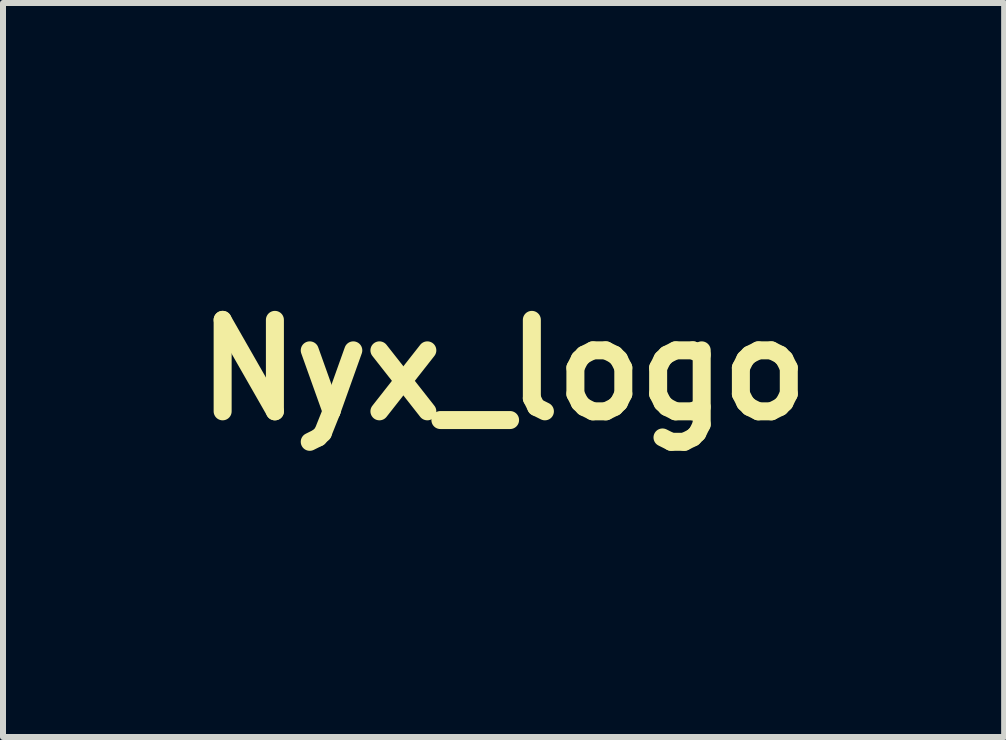
<source format=kicad_pcb>
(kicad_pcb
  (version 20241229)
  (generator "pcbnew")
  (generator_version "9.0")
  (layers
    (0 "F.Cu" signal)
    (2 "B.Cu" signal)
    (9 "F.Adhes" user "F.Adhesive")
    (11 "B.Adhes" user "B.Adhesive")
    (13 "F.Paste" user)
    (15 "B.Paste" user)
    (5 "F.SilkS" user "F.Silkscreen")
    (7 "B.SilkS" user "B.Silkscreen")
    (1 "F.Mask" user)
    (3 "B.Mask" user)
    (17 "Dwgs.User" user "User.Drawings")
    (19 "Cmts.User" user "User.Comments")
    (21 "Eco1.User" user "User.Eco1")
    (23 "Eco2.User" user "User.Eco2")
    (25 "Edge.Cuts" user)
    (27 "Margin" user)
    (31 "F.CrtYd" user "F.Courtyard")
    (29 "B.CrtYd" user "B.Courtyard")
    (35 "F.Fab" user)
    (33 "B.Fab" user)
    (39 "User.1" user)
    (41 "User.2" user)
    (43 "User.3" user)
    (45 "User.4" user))
  (footprint "Nyx_logo"
    (layer "F.Cu")
    (at 5.341 3.115)
    (property "Reference" "Nyx_logo" (at 0 0 0) (layer "F.SilkS") (effects (font (size 1.524 1.524) (thickness 0.3))))
    (attr board_only exclude_from_pos_files exclude_from_bom)
    (fp_poly (pts (xy -0.035 0.975) (xy -0.039 0.985) (xy -0.047 1.009) (xy -0.037 1.023) (xy -0.036 1.024) (xy -0.026 1.033) (xy -0.037 1.035) (xy -0.046 1.039) (xy -0.037 1.055) (xy -0.032 1.06) (xy -0.017 1.08) (xy -0.023 1.085) (xy -0.049 1.074) (xy -0.052 1.073) (xy -0.072 1.066) (xy -0.077 1.075) (xy -0.082 1.084) (xy -0.085 1.082) (xy -0.1 1.083) (xy -0.117 1.094) (xy -0.135 1.107) (xy -0.141 1.106) (xy -0.135 1.089) (xy -0.127 1.072) (xy -0.121 1.053) (xy -0.131 1.047) (xy -0.139 1.044) (xy -0.129 1.036) (xy -0.12 1.025) (xy -0.133 1.013) (xy -0.14 1.01) (xy -0.159 0.996) (xy -0.162 0.988) (xy -0.147 0.988) (xy -0.129 0.996) (xy -0.109 1.004) (xy -0.102 0.994) (xy -0.102 0.987) (xy -0.1 0.972) (xy -0.091 0.981) (xy -0.089 0.984) (xy -0.077 0.996) (xy -0.066 0.986) (xy -0.063 0.981) (xy -0.046 0.961) (xy -0.035 0.96)) (stroke (width 0) (type solid)) (fill yes) (layer "F.Mask"))
    (fp_poly (pts (xy -0.644 0.089) (xy -0.628 0.124) (xy -0.617 0.138) (xy -0.606 0.135) (xy -0.593 0.12) (xy -0.579 0.104) (xy -0.578 0.11) (xy -0.582 0.126) (xy -0.586 0.146) (xy -0.578 0.153) (xy -0.554 0.152) (xy -0.538 0.15) (xy -0.506 0.147) (xy -0.487 0.147) (xy -0.486 0.148) (xy -0.496 0.156) (xy -0.522 0.168) (xy -0.532 0.172) (xy -0.561 0.186) (xy -0.569 0.197) (xy -0.562 0.212) (xy -0.561 0.213) (xy -0.55 0.229) (xy -0.558 0.229) (xy -0.565 0.227) (xy -0.579 0.226) (xy -0.587 0.241) (xy -0.59 0.271) (xy -0.594 0.324) (xy -0.611 0.276) (xy -0.623 0.246) (xy -0.633 0.237) (xy -0.646 0.244) (xy -0.655 0.251) (xy -0.673 0.267) (xy -0.674 0.263) (xy -0.665 0.244) (xy -0.656 0.225) (xy -0.66 0.218) (xy -0.68 0.218) (xy -0.704 0.222) (xy -0.738 0.226) (xy -0.749 0.225) (xy -0.743 0.216) (xy -0.735 0.211) (xy -0.71 0.196) (xy -0.694 0.192) (xy -0.678 0.185) (xy -0.684 0.166) (xy -0.693 0.154) (xy -0.701 0.143) (xy -0.689 0.144) (xy -0.682 0.146) (xy -0.665 0.149) (xy -0.658 0.141) (xy -0.658 0.115) (xy -0.659 0.1) (xy -0.665 0.045)) (stroke (width 0) (type solid)) (fill yes) (layer "F.Mask"))
    (fp_poly (pts (xy -0.479 -1.331) (xy -0.471 -1.299) (xy -0.47 -1.283) (xy -0.463 -1.24) (xy -0.454 -1.22) (xy -0.44 -1.219) (xy -0.422 -1.233) (xy -0.402 -1.247) (xy -0.397 -1.243) (xy -0.407 -1.224) (xy -0.417 -1.212) (xy -0.428 -1.199) (xy -0.429 -1.19) (xy -0.416 -1.182) (xy -0.385 -1.174) (xy -0.345 -1.166) (xy -0.287 -1.154) (xy -0.355 -1.144) (xy -0.402 -1.135) (xy -0.425 -1.125) (xy -0.427 -1.112) (xy -0.415 -1.099) (xy -0.399 -1.079) (xy -0.396 -1.07) (xy -0.404 -1.067) (xy -0.422 -1.08) (xy -0.442 -1.094) (xy -0.455 -1.092) (xy -0.464 -1.069) (xy -0.47 -1.029) (xy -0.475 -0.995) (xy -0.482 -0.974) (xy -0.486 -0.971) (xy -0.492 -0.982) (xy -0.499 -1.011) (xy -0.502 -1.029) (xy -0.508 -1.073) (xy -0.517 -1.093) (xy -0.53 -1.094) (xy -0.547 -1.082) (xy -0.572 -1.063) (xy -0.582 -1.063) (xy -0.574 -1.078) (xy -0.562 -1.092) (xy -0.547 -1.11) (xy -0.543 -1.121) (xy -0.554 -1.13) (xy -0.584 -1.138) (xy -0.626 -1.146) (xy -0.684 -1.158) (xy -0.62 -1.169) (xy -0.573 -1.177) (xy -0.549 -1.185) (xy -0.544 -1.196) (xy -0.555 -1.213) (xy -0.563 -1.222) (xy -0.579 -1.242) (xy -0.58 -1.252) (xy -0.579 -1.252) (xy -0.56 -1.243) (xy -0.549 -1.233) (xy -0.531 -1.216) (xy -0.518 -1.221) (xy -0.508 -1.247) (xy -0.503 -1.278) (xy -0.496 -1.321) (xy -0.487 -1.339)) (stroke (width 0) (type solid)) (fill yes) (layer "F.Mask"))
    (fp_poly (pts (xy 0.533 -0.697) (xy 0.531 -0.685) (xy 0.518 -0.655) (xy 0.5 -0.616) (xy 0.499 -0.615) (xy 0.479 -0.574) (xy 0.465 -0.543) (xy 0.46 -0.527) (xy 0.471 -0.521) (xy 0.5 -0.519) (xy 0.514 -0.52) (xy 0.569 -0.523) (xy 0.521 -0.503) (xy 0.491 -0.488) (xy 0.474 -0.475) (xy 0.473 -0.473) (xy 0.481 -0.46) (xy 0.504 -0.435) (xy 0.536 -0.404) (xy 0.537 -0.404) (xy 0.569 -0.373) (xy 0.591 -0.35) (xy 0.6 -0.339) (xy 0.601 -0.339) (xy 0.59 -0.341) (xy 0.562 -0.352) (xy 0.522 -0.369) (xy 0.518 -0.371) (xy 0.476 -0.39) (xy 0.444 -0.403) (xy 0.429 -0.409) (xy 0.428 -0.409) (xy 0.424 -0.397) (xy 0.421 -0.369) (xy 0.421 -0.355) (xy 0.42 -0.3) (xy 0.4 -0.357) (xy 0.38 -0.413) (xy 0.31 -0.338) (xy 0.279 -0.305) (xy 0.257 -0.285) (xy 0.247 -0.279) (xy 0.247 -0.281) (xy 0.255 -0.302) (xy 0.271 -0.339) (xy 0.286 -0.374) (xy 0.319 -0.447) (xy 0.211 -0.449) (xy 0.309 -0.489) (xy 0.241 -0.558) (xy 0.21 -0.59) (xy 0.189 -0.614) (xy 0.182 -0.626) (xy 0.183 -0.626) (xy 0.198 -0.621) (xy 0.23 -0.607) (xy 0.268 -0.588) (xy 0.308 -0.568) (xy 0.337 -0.555) (xy 0.349 -0.549) (xy 0.352 -0.561) (xy 0.351 -0.59) (xy 0.35 -0.61) (xy 0.345 -0.671) (xy 0.364 -0.632) (xy 0.377 -0.601) (xy 0.383 -0.579) (xy 0.383 -0.578) (xy 0.388 -0.564) (xy 0.404 -0.568) (xy 0.432 -0.592) (xy 0.468 -0.632) (xy 0.498 -0.666) (xy 0.521 -0.689) (xy 0.533 -0.698)) (stroke (width 0) (type solid)) (fill yes) (layer "F.Mask"))
    (fp_poly (pts (xy 1.422 -1.268) (xy 1.406 -1.243) (xy 1.382 -1.207) (xy 1.373 -1.194) (xy 1.346 -1.155) (xy 1.326 -1.124) (xy 1.318 -1.107) (xy 1.318 -1.105) (xy 1.333 -1.099) (xy 1.364 -1.09) (xy 1.374 -1.088) (xy 1.425 -1.077) (xy 1.37 -1.067) (xy 1.337 -1.059) (xy 1.318 -1.051) (xy 1.316 -1.049) (xy 1.323 -1.035) (xy 1.342 -1.006) (xy 1.368 -0.969) (xy 1.374 -0.961) (xy 1.4 -0.924) (xy 1.417 -0.896) (xy 1.422 -0.882) (xy 1.422 -0.882) (xy 1.407 -0.889) (xy 1.379 -0.908) (xy 1.341 -0.935) (xy 1.335 -0.94) (xy 1.293 -0.97) (xy 1.265 -0.983) (xy 1.25 -0.977) (xy 1.242 -0.95) (xy 1.239 -0.914) (xy 1.237 -0.889) (xy 1.233 -0.888) (xy 1.227 -0.901) (xy 1.218 -0.934) (xy 1.215 -0.961) (xy 1.212 -0.987) (xy 1.203 -0.994) (xy 1.182 -0.985) (xy 1.157 -0.967) (xy 1.122 -0.94) (xy 1.08 -0.91) (xy 1.067 -0.9) (xy 1.041 -0.882) (xy 1.028 -0.877) (xy 1.028 -0.882) (xy 1.041 -0.901) (xy 1.065 -0.934) (xy 1.094 -0.973) (xy 1.095 -0.973) (xy 1.122 -1.01) (xy 1.142 -1.038) (xy 1.15 -1.053) (xy 1.15 -1.053) (xy 1.139 -1.059) (xy 1.115 -1.061) (xy 1.078 -1.066) (xy 1.054 -1.073) (xy 1.04 -1.081) (xy 1.047 -1.085) (xy 1.067 -1.086) (xy 1.108 -1.089) (xy 1.13 -1.098) (xy 1.134 -1.114) (xy 1.12 -1.142) (xy 1.089 -1.187) (xy 1.086 -1.191) (xy 1.058 -1.23) (xy 1.039 -1.26) (xy 1.031 -1.276) (xy 1.032 -1.277) (xy 1.046 -1.27) (xy 1.074 -1.251) (xy 1.112 -1.224) (xy 1.117 -1.22) (xy 1.155 -1.192) (xy 1.185 -1.172) (xy 1.202 -1.163) (xy 1.203 -1.163) (xy 1.211 -1.174) (xy 1.214 -1.198) (xy 1.219 -1.231) (xy 1.227 -1.252) (xy 1.235 -1.26) (xy 1.239 -1.246) (xy 1.239 -1.233) (xy 1.242 -1.194) (xy 1.252 -1.175) (xy 1.272 -1.175) (xy 1.306 -1.193) (xy 1.34 -1.218) (xy 1.378 -1.247) (xy 1.408 -1.267) (xy 1.424 -1.277) (xy 1.425 -1.278)) (stroke (width 0) (type solid)) (fill yes) (layer "F.Mask"))
    (fp_poly (pts (xy 0.971 0.099) (xy 0.977 0.115) (xy 0.984 0.15) (xy 0.993 0.198) (xy 0.996 0.222) (xy 1.005 0.277) (xy 1.013 0.325) (xy 1.019 0.359) (xy 1.021 0.367) (xy 1.029 0.397) (xy 1.104 0.343) (xy 1.141 0.318) (xy 1.161 0.306) (xy 1.165 0.311) (xy 1.152 0.332) (xy 1.125 0.372) (xy 1.114 0.386) (xy 1.093 0.419) (xy 1.081 0.441) (xy 1.082 0.447) (xy 1.1 0.449) (xy 1.137 0.455) (xy 1.185 0.463) (xy 1.238 0.473) (xy 1.292 0.482) (xy 1.338 0.491) (xy 1.372 0.498) (xy 1.388 0.502) (xy 1.388 0.502) (xy 1.378 0.506) (xy 1.347 0.512) (xy 1.301 0.52) (xy 1.243 0.53) (xy 1.239 0.53) (xy 1.179 0.54) (xy 1.129 0.549) (xy 1.095 0.557) (xy 1.08 0.562) (xy 1.08 0.562) (xy 1.085 0.575) (xy 1.101 0.602) (xy 1.126 0.636) (xy 1.15 0.67) (xy 1.165 0.694) (xy 1.168 0.703) (xy 1.154 0.696) (xy 1.126 0.677) (xy 1.097 0.656) (xy 1.063 0.633) (xy 1.038 0.618) (xy 1.028 0.616) (xy 1.024 0.63) (xy 1.017 0.664) (xy 1.009 0.713) (xy 1.001 0.761) (xy 0.992 0.818) (xy 0.983 0.866) (xy 0.975 0.899) (xy 0.971 0.911) (xy 0.966 0.903) (xy 0.959 0.874) (xy 0.949 0.829) (xy 0.94 0.772) (xy 0.939 0.767) (xy 0.929 0.708) (xy 0.92 0.659) (xy 0.912 0.626) (xy 0.907 0.613) (xy 0.907 0.613) (xy 0.893 0.62) (xy 0.865 0.639) (xy 0.838 0.659) (xy 0.805 0.683) (xy 0.781 0.698) (xy 0.773 0.7) (xy 0.777 0.688) (xy 0.792 0.661) (xy 0.812 0.633) (xy 0.835 0.598) (xy 0.851 0.572) (xy 0.856 0.562) (xy 0.844 0.557) (xy 0.812 0.55) (xy 0.764 0.541) (xy 0.705 0.532) (xy 0.702 0.531) (xy 0.643 0.522) (xy 0.596 0.514) (xy 0.564 0.507) (xy 0.553 0.503) (xy 0.553 0.503) (xy 0.567 0.499) (xy 0.601 0.491) (xy 0.65 0.482) (xy 0.703 0.473) (xy 0.76 0.462) (xy 0.808 0.453) (xy 0.841 0.446) (xy 0.853 0.442) (xy 0.849 0.429) (xy 0.834 0.402) (xy 0.813 0.373) (xy 0.788 0.338) (xy 0.772 0.312) (xy 0.767 0.301) (xy 0.776 0.304) (xy 0.8 0.319) (xy 0.834 0.344) (xy 0.835 0.345) (xy 0.87 0.371) (xy 0.897 0.389) (xy 0.909 0.396) (xy 0.914 0.384) (xy 0.92 0.352) (xy 0.929 0.304) (xy 0.939 0.246) (xy 0.939 0.242) (xy 0.949 0.185) (xy 0.958 0.138) (xy 0.966 0.108) (xy 0.971 0.098)) (stroke (width 0) (type solid)) (fill yes) (layer "F.Mask"))
    (fp_poly (pts (xy 0.123 -1.991) (xy 0.153 -1.988) (xy 0.216 -1.98) (xy 0.269 -1.973) (xy 0.308 -1.967) (xy 0.327 -1.963) (xy 0.328 -1.963) (xy 0.318 -1.961) (xy 0.287 -1.958) (xy 0.239 -1.954) (xy 0.181 -1.951) (xy 0.173 -1.951) (xy -0.046 -1.928) (xy -0.252 -1.883) (xy -0.446 -1.816) (xy -0.628 -1.726) (xy -0.703 -1.681) (xy -0.874 -1.556) (xy -1.026 -1.414) (xy -1.158 -1.257) (xy -1.27 -1.086) (xy -1.361 -0.903) (xy -1.411 -0.767) (xy -1.438 -0.678) (xy -1.458 -0.601) (xy -1.472 -0.528) (xy -1.481 -0.455) (xy -1.486 -0.372) (xy -1.488 -0.273) (xy -1.488 -0.224) (xy -1.487 -0.135) (xy -1.485 -0.067) (xy -1.482 -0.01) (xy -1.476 0.039) (xy -1.467 0.089) (xy -1.455 0.145) (xy -1.453 0.15) (xy -1.395 0.347) (xy -1.314 0.533) (xy -1.212 0.707) (xy -1.092 0.868) (xy -0.955 1.014) (xy -0.802 1.143) (xy -0.635 1.253) (xy -0.456 1.343) (xy -0.268 1.41) (xy -0.166 1.437) (xy -0.073 1.456) (xy 0.02 1.467) (xy 0.122 1.473) (xy 0.23 1.475) (xy 0.325 1.473) (xy 0.402 1.469) (xy 0.47 1.462) (xy 0.536 1.451) (xy 0.558 1.446) (xy 0.765 1.39) (xy 0.957 1.313) (xy 1.135 1.215) (xy 1.3 1.095) (xy 1.403 1.004) (xy 1.546 0.85) (xy 1.667 0.682) (xy 1.767 0.499) (xy 1.846 0.303) (xy 1.903 0.094) (xy 1.916 0.027) (xy 1.927 -0.031) (xy 1.936 -0.08) (xy 1.944 -0.113) (xy 1.948 -0.126) (xy 1.952 -0.118) (xy 1.954 -0.09) (xy 1.955 -0.044) (xy 1.954 0.013) (xy 1.951 0.078) (xy 1.948 0.146) (xy 1.943 0.213) (xy 1.942 0.228) (xy 1.909 0.458) (xy 1.853 0.681) (xy 1.774 0.893) (xy 1.672 1.095) (xy 1.549 1.284) (xy 1.406 1.459) (xy 1.374 1.493) (xy 1.207 1.649) (xy 1.025 1.785) (xy 0.831 1.901) (xy 0.627 1.994) (xy 0.415 2.065) (xy 0.197 2.111) (xy 0.134 2.12) (xy 0.052 2.127) (xy -0.046 2.131) (xy -0.151 2.132) (xy -0.254 2.129) (xy -0.345 2.124) (xy -0.39 2.119) (xy -0.555 2.089) (xy -0.729 2.042) (xy -0.903 1.979) (xy -1.069 1.905) (xy -1.111 1.883) (xy -1.293 1.772) (xy -1.463 1.641) (xy -1.619 1.49) (xy -1.76 1.323) (xy -1.884 1.143) (xy -1.989 0.951) (xy -2.073 0.75) (xy -2.136 0.542) (xy -2.161 0.423) (xy -2.175 0.318) (xy -2.183 0.197) (xy -2.187 0.07) (xy -2.186 -0.055) (xy -2.178 -0.169) (xy -2.173 -0.217) (xy -2.131 -0.434) (xy -2.064 -0.646) (xy -1.975 -0.851) (xy -1.865 -1.046) (xy -1.735 -1.228) (xy -1.587 -1.395) (xy -1.547 -1.434) (xy -1.373 -1.583) (xy -1.185 -1.71) (xy -0.986 -1.815) (xy -0.778 -1.897) (xy -0.561 -1.957) (xy -0.337 -1.993) (xy -0.109 -2.004)) (stroke (width 0) (type solid)) (fill yes) (layer "F.Mask"))
    (fp_poly (pts (xy -0.074 -2.791) (xy -0.072 -2.722) (xy -0.068 -2.662) (xy -0.064 -2.616) (xy -0.059 -2.587) (xy -0.056 -2.581) (xy -0.04 -2.576) (xy -0.003 -2.57) (xy 0.051 -2.563) (xy 0.116 -2.558) (xy 0.154 -2.555) (xy 0.229 -2.549) (xy 0.3 -2.543) (xy 0.362 -2.537) (xy 0.407 -2.532) (xy 0.42 -2.531) (xy 0.46 -2.526) (xy 0.482 -2.527) (xy 0.493 -2.537) (xy 0.499 -2.548) (xy 0.506 -2.572) (xy 0.516 -2.615) (xy 0.526 -2.667) (xy 0.536 -2.721) (xy 0.544 -2.77) (xy 0.549 -2.805) (xy 0.549 -2.815) (xy 0.538 -2.832) (xy 0.504 -2.847) (xy 0.445 -2.861) (xy 0.385 -2.87) (xy 0.338 -2.873) (xy 0.31 -2.865) (xy 0.297 -2.842) (xy 0.294 -2.809) (xy 0.285 -2.771) (xy 0.263 -2.748) (xy 0.235 -2.743) (xy 0.208 -2.755) (xy 0.19 -2.782) (xy 0.185 -2.814) (xy 0.185 -2.859) (xy 0.191 -2.905) (xy 0.199 -2.944) (xy 0.208 -2.961) (xy 0.229 -2.973) (xy 0.254 -2.977) (xy 0.285 -2.975) (xy 0.332 -2.969) (xy 0.39 -2.96) (xy 0.454 -2.95) (xy 0.519 -2.938) (xy 0.579 -2.927) (xy 0.63 -2.916) (xy 0.665 -2.908) (xy 0.681 -2.902) (xy 0.684 -2.883) (xy 0.679 -2.84) (xy 0.666 -2.772) (xy 0.653 -2.712) (xy 0.639 -2.647) (xy 0.627 -2.59) (xy 0.618 -2.546) (xy 0.614 -2.52) (xy 0.613 -2.516) (xy 0.624 -2.504) (xy 0.655 -2.487) (xy 0.709 -2.466) (xy 0.758 -2.449) (xy 0.829 -2.425) (xy 0.905 -2.398) (xy 0.974 -2.373) (xy 1.011 -2.358) (xy 1.072 -2.336) (xy 1.113 -2.325) (xy 1.133 -2.327) (xy 1.144 -2.343) (xy 1.163 -2.376) (xy 1.186 -2.42) (xy 1.211 -2.47) (xy 1.234 -2.518) (xy 1.252 -2.559) (xy 1.263 -2.587) (xy 1.265 -2.595) (xy 1.254 -2.606) (xy 1.226 -2.623) (xy 1.186 -2.643) (xy 1.142 -2.663) (xy 1.1 -2.68) (xy 1.07 -2.69) (xy 1.047 -2.692) (xy 1.034 -2.68) (xy 1.023 -2.653) (xy 1.009 -2.62) (xy 0.994 -2.597) (xy 0.993 -2.596) (xy 0.968 -2.588) (xy 0.935 -2.592) (xy 0.908 -2.604) (xy 0.898 -2.616) (xy 0.897 -2.641) (xy 0.906 -2.68) (xy 0.92 -2.725) (xy 0.937 -2.767) (xy 0.955 -2.798) (xy 0.956 -2.799) (xy 0.979 -2.827) (xy 1.1 -2.779) (xy 1.175 -2.747) (xy 1.247 -2.715) (xy 1.311 -2.685) (xy 1.363 -2.658) (xy 1.399 -2.636) (xy 1.417 -2.621) (xy 1.418 -2.618) (xy 1.412 -2.602) (xy 1.396 -2.568) (xy 1.372 -2.521) (xy 1.342 -2.465) (xy 1.329 -2.44) (xy 1.297 -2.382) (xy 1.27 -2.33) (xy 1.251 -2.291) (xy 1.24 -2.268) (xy 1.239 -2.265) (xy 1.249 -2.253) (xy 1.277 -2.231) (xy 1.318 -2.201) (xy 1.369 -2.167) (xy 1.383 -2.158) (xy 1.446 -2.116) (xy 1.509 -2.072) (xy 1.567 -2.031) (xy 1.609 -2.001) (xy 1.691 -1.938) (xy 1.766 -2.02) (xy 1.806 -2.063) (xy 1.843 -2.106) (xy 1.87 -2.139) (xy 1.875 -2.145) (xy 1.909 -2.187) (xy 1.882 -2.208) (xy 1.858 -2.227) (xy 1.822 -2.255) (xy 1.783 -2.286) (xy 1.711 -2.342) (xy 1.66 -2.293) (xy 1.628 -2.264) (xy 1.607 -2.252) (xy 1.59 -2.255) (xy 1.588 -2.256) (xy 1.556 -2.285) (xy 1.55 -2.319) (xy 1.559 -2.344) (xy 1.582 -2.382) (xy 1.612 -2.419) (xy 1.641 -2.45) (xy 1.667 -2.47) (xy 1.681 -2.474) (xy 1.697 -2.464) (xy 1.729 -2.441) (xy 1.772 -2.408) (xy 1.823 -2.37) (xy 1.876 -2.328) (xy 1.929 -2.287) (xy 1.976 -2.249) (xy 2.014 -2.218) (xy 2.039 -2.196) (xy 2.045 -2.19) (xy 2.047 -2.18) (xy 2.04 -2.163) (xy 2.022 -2.137) (xy 1.989 -2.099) (xy 1.942 -2.047) (xy 1.921 -2.025) (xy 1.873 -1.974) (xy 1.832 -1.929) (xy 1.801 -1.893) (xy 1.782 -1.871) (xy 1.778 -1.865) (xy 1.785 -1.852) (xy 1.806 -1.824) (xy 1.839 -1.786) (xy 1.881 -1.741) (xy 1.887 -1.735) (xy 1.938 -1.68) (xy 1.989 -1.621) (xy 2.035 -1.567) (xy 2.064 -1.53) (xy 2.094 -1.491) (xy 2.119 -1.461) (xy 2.136 -1.445) (xy 2.139 -1.444) (xy 2.155 -1.451) (xy 2.186 -1.469) (xy 2.227 -1.495) (xy 2.272 -1.525) (xy 2.316 -1.556) (xy 2.352 -1.583) (xy 2.376 -1.603) (xy 2.38 -1.607) (xy 2.391 -1.621) (xy 2.393 -1.634) (xy 2.385 -1.653) (xy 2.364 -1.683) (xy 2.345 -1.709) (xy 2.307 -1.758) (xy 2.28 -1.789) (xy 2.26 -1.804) (xy 2.241 -1.805) (xy 2.221 -1.794) (xy 2.2 -1.778) (xy 2.15 -1.739) (xy 2.11 -1.78) (xy 2.07 -1.822) (xy 2.111 -1.861) (xy 2.171 -1.913) (xy 2.217 -1.944) (xy 2.249 -1.955) (xy 2.25 -1.955) (xy 2.264 -1.945) (xy 2.291 -1.918) (xy 2.325 -1.879) (xy 2.365 -1.831) (xy 2.406 -1.778) (xy 2.447 -1.725) (xy 2.482 -1.675) (xy 2.51 -1.632) (xy 2.524 -1.61) (xy 2.535 -1.583) (xy 2.536 -1.564) (xy 2.521 -1.546) (xy 2.489 -1.525) (xy 2.469 -1.513) (xy 2.43 -1.49) (xy 2.379 -1.458) (xy 2.324 -1.424) (xy 2.303 -1.41) (xy 2.197 -1.342) (xy 2.291 -1.153) (xy 2.325 -1.085) (xy 2.357 -1.019) (xy 2.383 -0.962) (xy 2.402 -0.92) (xy 2.408 -0.904) (xy 2.423 -0.869) (xy 2.436 -0.847) (xy 2.441 -0.843) (xy 2.461 -0.847) (xy 2.498 -0.858) (xy 2.545 -0.873) (xy 2.596 -0.889) (xy 2.643 -0.906) (xy 2.681 -0.92) (xy 2.699 -0.928) (xy 2.724 -0.945) (xy 2.734 -0.959) (xy 2.734 -0.96) (xy 2.729 -0.981) (xy 2.716 -1.018) (xy 2.699 -1.062) (xy 2.68 -1.106) (xy 2.663 -1.141) (xy 2.652 -1.16) (xy 2.637 -1.169) (xy 2.615 -1.166) (xy 2.59 -1.155) (xy 2.556 -1.143) (xy 2.529 -1.14) (xy 2.525 -1.141) (xy 2.505 -1.161) (xy 2.495 -1.192) (xy 2.499 -1.224) (xy 2.505 -1.234) (xy 2.523 -1.248) (xy 2.554 -1.268) (xy 2.593 -1.29) (xy 2.632 -1.31) (xy 2.662 -1.325) (xy 2.676 -1.329) (xy 2.688 -1.317) (xy 2.705 -1.286) (xy 2.727 -1.24) (xy 2.751 -1.184) (xy 2.776 -1.121) (xy 2.799 -1.058) (xy 2.82 -0.998) (xy 2.836 -0.947) (xy 2.845 -0.908) (xy 2.847 -0.89) (xy 2.844 -0.874) (xy 2.838 -0.862) (xy 2.824 -0.851) (xy 2.798 -0.839) (xy 2.757 -0.824) (xy 2.697 -0.804) (xy 2.67 -0.795) (xy 2.607 -0.774) (xy 2.553 -0.755) (xy 2.512 -0.74) (xy 2.489 -0.73) (xy 2.486 -0.728) (xy 2.484 -0.712) (xy 2.488 -0.674) (xy 2.495 -0.62) (xy 2.507 -0.553) (xy 2.509 -0.547) (xy 2.522 -0.478) (xy 2.534 -0.411) (xy 2.543 -0.355) (xy 2.549 -0.316) (xy 2.549 -0.313) (xy 2.555 -0.267) (xy 2.562 -0.225) (xy 2.564 -0.212) (xy 2.571 -0.175) (xy 2.719 -0.184) (xy 2.779 -0.189) (xy 2.831 -0.195) (xy 2.868 -0.202) (xy 2.885 -0.207) (xy 2.895 -0.229) (xy 2.896 -0.269) (xy 2.895 -0.28) (xy 2.886 -0.35) (xy 2.877 -0.398) (xy 2.868 -0.428) (xy 2.855 -0.444) (xy 2.836 -0.45) (xy 2.81 -0.45) (xy 2.801 -0.449) (xy 2.756 -0.453) (xy 2.729 -0.475) (xy 2.721 -0.511) (xy 2.725 -0.534) (xy 2.738 -0.548) (xy 2.769 -0.558) (xy 2.778 -0.561) (xy 2.841 -0.573) (xy 2.892 -0.575) (xy 2.928 -0.568) (xy 2.944 -0.553) (xy 2.947 -0.54) (xy 2.951 -0.517) (xy 2.956 -0.481) (xy 2.963 -0.43) (xy 2.971 -0.362) (xy 2.982 -0.273) (xy 2.996 -0.161) (xy 2.997 -0.152) (xy 3.004 -0.093) (xy 2.823 -0.084) (xy 2.755 -0.081) (xy 2.693 -0.077) (xy 2.643 -0.073) (xy 2.612 -0.069) (xy 2.607 -0.069) (xy 2.573 -0.062) (xy 2.557 0.17) (xy 2.552 0.247) (xy 2.547 0.317) (xy 2.541 0.376) (xy 2.537 0.418) (xy 2.534 0.437) (xy 2.533 0.455) (xy 2.538 0.469) (xy 2.554 0.482) (xy 2.584 0.493) (xy 2.631 0.507) (xy 2.7 0.523) (xy 2.719 0.527) (xy 2.779 0.54) (xy 2.818 0.545) (xy 2.842 0.54) (xy 2.856 0.521) (xy 2.863 0.488) (xy 2.868 0.448) (xy 2.874 0.4) (xy 2.88 0.356) (xy 2.883 0.338) (xy 2.885 0.314) (xy 2.879 0.301) (xy 2.857 0.293) (xy 2.828 0.287) (xy 2.79 0.278) (xy 2.771 0.266) (xy 2.763 0.248) (xy 2.762 0.239) (xy 2.763 0.205) (xy 2.775 0.184) (xy 2.802 0.172) (xy 2.847 0.171) (xy 2.912 0.179) (xy 2.955 0.187) (xy 2.99 0.194) (xy 2.982 0.279) (xy 2.976 0.337) (xy 2.967 0.403) (xy 2.956 0.47) (xy 2.945 0.536) (xy 2.934 0.593) (xy 2.924 0.638) (xy 2.917 0.664) (xy 2.914 0.669) (xy 2.897 0.671) (xy 2.86 0.667) (xy 2.806 0.659) (xy 2.739 0.647) (xy 2.73 0.646) (xy 2.665 0.633) (xy 2.606 0.623) (xy 2.561 0.617) (xy 2.533 0.615) (xy 2.53 0.615) (xy 2.517 0.621) (xy 2.504 0.634) (xy 2.491 0.66) (xy 2.474 0.703) (xy 2.452 0.765) (xy 2.447 0.779) (xy 2.423 0.848) (xy 2.399 0.917) (xy 2.376 0.978) (xy 2.359 1.021) (xy 2.342 1.064) (xy 2.33 1.099) (xy 2.325 1.118) (xy 2.325 1.118) (xy 2.336 1.128) (xy 2.365 1.146) (xy 2.406 1.168) (xy 2.454 1.192) (xy 2.503 1.215) (xy 2.547 1.235) (xy 2.582 1.248) (xy 2.599 1.252) (xy 2.611 1.241) (xy 2.631 1.212) (xy 2.653 1.171) (xy 2.663 1.15) (xy 2.688 1.093) (xy 2.699 1.054) (xy 2.696 1.029) (xy 2.679 1.014) (xy 2.646 1.003) (xy 2.643 1.003) (xy 2.608 0.987) (xy 2.596 0.961) (xy 2.607 0.925) (xy 2.628 0.903) (xy 2.661 0.896) (xy 2.709 0.905) (xy 2.746 0.917) (xy 2.785 0.935) (xy 2.809 0.953) (xy 2.818 0.978) (xy 2.814 1.014) (xy 2.797 1.066) (xy 2.787 1.091) (xy 2.753 1.178) (xy 2.721 1.254) (xy 2.691 1.318) (xy 2.667 1.365) (xy 2.648 1.394) (xy 2.64 1.4) (xy 2.623 1.397) (xy 2.587 1.384) (xy 2.538 1.363) (xy 2.48 1.336) (xy 2.455 1.323) (xy 2.394 1.293) (xy 2.341 1.268) (xy 2.3 1.25) (xy 2.275 1.24) (xy 2.271 1.239) (xy 2.257 1.25) (xy 2.235 1.277) (xy 2.208 1.315) (xy 2.2 1.328) (xy 2.169 1.375) (xy 2.129 1.434) (xy 2.084 1.497) (xy 2.05 1.543) (xy 2.014 1.593) (xy 1.984 1.636) (xy 1.963 1.667) (xy 1.955 1.683) (xy 1.955 1.683) (xy 1.964 1.695) (xy 1.988 1.72) (xy 2.023 1.752) (xy 2.063 1.788) (xy 2.104 1.824) (xy 2.142 1.856) (xy 2.172 1.88) (xy 2.188 1.891) (xy 2.19 1.891) (xy 2.2 1.881) (xy 2.222 1.856) (xy 2.251 1.818) (xy 2.27 1.793) (xy 2.344 1.696) (xy 2.295 1.655) (xy 2.265 1.626) (xy 2.253 1.605) (xy 2.254 1.586) (xy 2.273 1.562) (xy 2.295 1.551) (xy 2.329 1.55) (xy 2.369 1.566) (xy 2.418 1.6) (xy 2.438 1.617) (xy 2.485 1.658) (xy 2.438 1.727) (xy 2.383 1.804) (xy 2.329 1.873) (xy 2.28 1.931) (xy 2.238 1.977) (xy 2.205 2.006) (xy 2.185 2.016) (xy 2.167 2.013) (xy 2.143 2) (xy 2.11 1.976) (xy 2.064 1.937) (xy 2.014 1.891) (xy 1.875 1.764) (xy 1.784 1.847) (xy 1.733 1.892) (xy 1.672 1.944) (xy 1.609 1.996) (xy 1.575 2.023) (xy 1.529 2.06) (xy 1.491 2.094) (xy 1.466 2.121) (xy 1.457 2.135) (xy 1.464 2.154) (xy 1.483 2.187) (xy 1.51 2.23) (xy 1.541 2.276) (xy 1.573 2.32) (xy 1.601 2.356) (xy 1.622 2.38) (xy 1.63 2.385) (xy 1.646 2.38) (xy 1.677 2.364) (xy 1.715 2.339) (xy 1.755 2.31) (xy 1.791 2.282) (xy 1.817 2.259) (xy 1.827 2.244) (xy 1.827 2.244) (xy 1.819 2.227) (xy 1.798 2.201) (xy 1.788 2.19) (xy 1.748 2.149) (xy 1.787 2.106) (xy 1.825 2.063) (xy 1.864 2.101) (xy 1.905 2.144) (xy 1.937 2.187) (xy 1.956 2.224) (xy 1.961 2.251) (xy 1.96 2.253) (xy 1.947 2.268) (xy 1.917 2.294) (xy 1.875 2.329) (xy 1.825 2.368) (xy 1.77 2.409) (xy 1.716 2.448) (xy 1.666 2.483) (xy 1.625 2.51) (xy 1.596 2.527) (xy 1.587 2.53) (xy 1.575 2.52) (xy 1.553 2.493) (xy 1.525 2.453) (xy 1.511 2.431) (xy 1.475 2.375) (xy 1.438 2.317) (xy 1.406 2.267) (xy 1.4 2.258) (xy 1.354 2.185) (xy 1.21 2.261) (xy 1.144 2.295) (xy 1.073 2.329) (xy 1.009 2.359) (xy 0.967 2.378) (xy 0.92 2.399) (xy 0.883 2.418) (xy 0.862 2.433) (xy 0.86 2.436) (xy 0.861 2.456) (xy 0.87 2.493) (xy 0.884 2.54) (xy 0.901 2.592) (xy 0.92 2.641) (xy 0.937 2.681) (xy 0.951 2.707) (xy 0.954 2.711) (xy 0.97 2.716) (xy 0.999 2.712) (xy 1.044 2.698) (xy 1.064 2.691) (xy 1.12 2.67) (xy 1.156 2.655) (xy 1.176 2.641) (xy 1.181 2.626) (xy 1.177 2.605) (xy 1.169 2.581) (xy 1.158 2.546) (xy 1.156 2.525) (xy 1.166 2.509) (xy 1.175 2.499) (xy 1.199 2.481) (xy 1.22 2.484) (xy 1.224 2.486) (xy 1.241 2.504) (xy 1.264 2.537) (xy 1.287 2.578) (xy 1.308 2.619) (xy 1.322 2.653) (xy 1.325 2.674) (xy 1.325 2.675) (xy 1.311 2.685) (xy 1.279 2.701) (xy 1.231 2.723) (xy 1.174 2.747) (xy 1.112 2.772) (xy 1.049 2.796) (xy 0.991 2.817) (xy 0.942 2.834) (xy 0.907 2.844) (xy 0.9 2.845) (xy 0.87 2.847) (xy 0.855 2.837) (xy 0.852 2.828) (xy 0.845 2.807) (xy 0.834 2.767) (xy 0.818 2.714) (xy 0.8 2.653) (xy 0.798 2.645) (xy 0.78 2.584) (xy 0.763 2.532) (xy 0.75 2.494) (xy 0.742 2.475) (xy 0.741 2.474) (xy 0.725 2.473) (xy 0.69 2.476) (xy 0.64 2.484) (xy 0.58 2.495) (xy 0.573 2.496) (xy 0.501 2.511) (xy 0.425 2.524) (xy 0.352 2.537) (xy 0.286 2.546) (xy 0.234 2.553) (xy 0.202 2.555) (xy 0.198 2.567) (xy 0.196 2.598) (xy 0.195 2.644) (xy 0.196 2.697) (xy 0.199 2.752) (xy 0.202 2.804) (xy 0.206 2.846) (xy 0.211 2.872) (xy 0.213 2.877) (xy 0.227 2.881) (xy 0.261 2.883) (xy 0.306 2.881) (xy 0.311 2.88) (xy 0.374 2.875) (xy 0.416 2.87) (xy 0.441 2.862) (xy 0.455 2.848) (xy 0.46 2.827) (xy 0.462 2.794) (xy 0.463 2.788) (xy 0.465 2.747) (xy 0.471 2.725) (xy 0.483 2.715) (xy 0.504 2.711) (xy 0.506 2.711) (xy 0.535 2.712) (xy 0.551 2.726) (xy 0.561 2.749) (xy 0.571 2.787) (xy 0.58 2.835) (xy 0.583 2.856) (xy 0.586 2.886) (xy 0.586 2.907) (xy 0.578 2.921) (xy 0.559 2.931) (xy 0.525 2.94) (xy 0.473 2.948) (xy 0.414 2.956) (xy 0.316 2.969) (xy 0.24 2.978) (xy 0.185 2.984) (xy 0.146 2.985) (xy 0.122 2.983) (xy 0.11 2.978) (xy 0.108 2.976) (xy 0.104 2.959) (xy 0.101 2.921) (xy 0.097 2.867) (xy 0.094 2.802) (xy 0.092 2.767) (xy 0.086 2.572) (xy -0.114 2.557) (xy -0.19 2.551) (xy -0.266 2.545) (xy -0.333 2.539) (xy -0.384 2.535) (xy -0.398 2.534) (xy -0.482 2.527) (xy -0.51 2.677) (xy -0.521 2.736) (xy -0.527 2.786) (xy -0.53 2.821) (xy -0.528 2.837) (xy -0.511 2.844) (xy -0.477 2.853) (xy -0.431 2.862) (xy -0.383 2.87) (xy -0.338 2.877) (xy -0.305 2.88) (xy -0.291 2.879) (xy -0.284 2.864) (xy -0.281 2.834) (xy -0.281 2.832) (xy -0.273 2.784) (xy -0.25 2.756) (xy -0.213 2.749) (xy -0.21 2.749) (xy -0.186 2.755) (xy -0.174 2.769) (xy -0.169 2.801) (xy -0.168 2.804) (xy -0.168 2.852) (xy -0.171 2.903) (xy -0.173 2.912) (xy -0.181 2.968) (xy -0.324 2.96) (xy -0.408 2.953) (xy -0.486 2.944) (xy -0.555 2.933) (xy -0.609 2.921) (xy -0.644 2.909) (xy -0.654 2.903) (xy -0.658 2.893) (xy -0.658 2.873) (xy -0.654 2.84) (xy -0.646 2.792) (xy -0.634 2.726) (xy -0.616 2.64) (xy -0.593 2.531) (xy -0.591 2.523) (xy -0.592 2.512) (xy -0.6 2.501) (xy -0.621 2.49) (xy -0.658 2.475) (xy -0.714 2.456) (xy -0.737 2.449) (xy -0.809 2.424) (xy -0.885 2.398) (xy -0.955 2.372) (xy -0.997 2.356) (xy -1.048 2.335) (xy -1.081 2.324) (xy -1.101 2.321) (xy -1.113 2.325) (xy -1.122 2.335) (xy -1.136 2.357) (xy -1.157 2.394) (xy -1.181 2.44) (xy -1.205 2.488) (xy -1.227 2.534) (xy -1.244 2.57) (xy -1.252 2.591) (xy -1.252 2.593) (xy -1.241 2.604) (xy -1.214 2.622) (xy -1.175 2.644) (xy -1.132 2.667) (xy -1.09 2.686) (xy -1.055 2.7) (xy -1.052 2.701) (xy -1.033 2.703) (xy -1.019 2.692) (xy -1.003 2.663) (xy -0.998 2.652) (xy -0.976 2.612) (xy -0.955 2.595) (xy -0.947 2.594) (xy -0.906 2.6) (xy -0.884 2.618) (xy -0.882 2.631) (xy -0.886 2.658) (xy -0.897 2.698) (xy -0.913 2.743) (xy -0.929 2.784) (xy -0.944 2.814) (xy -0.95 2.822) (xy -0.966 2.824) (xy -0.998 2.816) (xy -1.049 2.798) (xy -1.121 2.768) (xy -1.138 2.761) (xy -1.219 2.726) (xy -1.279 2.7) (xy -1.322 2.68) (xy -1.351 2.665) (xy -1.368 2.654) (xy -1.377 2.645) (xy -1.38 2.635) (xy -1.38 2.624) (xy -1.38 2.624) (xy -1.374 2.603) (xy -1.359 2.564) (xy -1.336 2.512) (xy -1.307 2.452) (xy -1.295 2.428) (xy -1.266 2.369) (xy -1.241 2.318) (xy -1.224 2.28) (xy -1.216 2.259) (xy -1.215 2.256) (xy -1.227 2.248) (xy -1.257 2.23) (xy -1.299 2.204) (xy -1.341 2.178) (xy -1.405 2.136) (xy -1.474 2.088) (xy -1.538 2.041) (xy -1.562 2.022) (xy -1.606 1.988) (xy -1.643 1.962) (xy -1.669 1.948) (xy -1.678 1.946) (xy -1.694 1.958) (xy -1.72 1.985) (xy -1.753 2.022) (xy -1.789 2.064) (xy -1.824 2.106) (xy -1.853 2.143) (xy -1.872 2.171) (xy -1.878 2.183) (xy -1.869 2.197) (xy -1.845 2.221) (xy -1.811 2.252) (xy -1.773 2.283) (xy -1.737 2.311) (xy -1.709 2.331) (xy -1.694 2.338) (xy -1.678 2.328) (xy -1.658 2.305) (xy -1.655 2.3) (xy -1.623 2.264) (xy -1.591 2.253) (xy -1.56 2.268) (xy -1.555 2.273) (xy -1.538 2.292) (xy -1.536 2.31) (xy -1.547 2.337) (xy -1.548 2.341) (xy -1.569 2.377) (xy -1.596 2.419) (xy -1.609 2.437) (xy -1.648 2.491) (xy -1.747 2.419) (xy -1.805 2.376) (xy -1.862 2.329) (xy -1.917 2.283) (xy -1.965 2.241) (xy -2.002 2.205) (xy -2.025 2.179) (xy -2.031 2.167) (xy -2.023 2.152) (xy -2 2.124) (xy -1.966 2.089) (xy -1.947 2.069) (xy -1.902 2.024) (xy -1.857 1.976) (xy -1.819 1.934) (xy -1.812 1.926) (xy -1.761 1.865) (xy -1.856 1.758) (xy -1.907 1.7) (xy -1.962 1.635) (xy -2.012 1.573) (xy -2.032 1.547) (xy -2.067 1.504) (xy -2.096 1.47) (xy -2.117 1.448) (xy -2.123 1.444) (xy -2.137 1.45) (xy -2.167 1.468) (xy -2.207 1.493) (xy -2.253 1.522) (xy -2.298 1.552) (xy -2.339 1.58) (xy -2.369 1.601) (xy -2.382 1.611) (xy -2.38 1.625) (xy -2.365 1.653) (xy -2.341 1.689) (xy -2.313 1.728) (xy -2.283 1.766) (xy -2.257 1.795) (xy -2.238 1.812) (xy -2.232 1.814) (xy -2.212 1.806) (xy -2.185 1.789) (xy -2.146 1.768) (xy -2.112 1.768) (xy -2.09 1.788) (xy -2.083 1.822) (xy -2.092 1.843) (xy -2.115 1.874) (xy -2.147 1.907) (xy -2.182 1.938) (xy -2.212 1.96) (xy -2.231 1.968) (xy -2.243 1.958) (xy -2.267 1.931) (xy -2.299 1.892) (xy -2.337 1.843) (xy -2.376 1.79) (xy -2.415 1.737) (xy -2.449 1.687) (xy -2.476 1.645) (xy -2.483 1.634) (xy -2.518 1.574) (xy -2.481 1.543) (xy -2.455 1.524) (xy -2.414 1.496) (xy -2.362 1.463) (xy -2.314 1.433) (xy -2.264 1.401) (xy -2.223 1.373) (xy -2.195 1.352) (xy -2.185 1.342) (xy -2.19 1.326) (xy -2.206 1.294) (xy -2.229 1.248) (xy -2.254 1.199) (xy -2.288 1.134) (xy -2.321 1.066) (xy -2.35 1.003) (xy -2.364 0.971) (xy -2.385 0.924) (xy -2.404 0.885) (xy -2.418 0.862) (xy -2.42 0.859) (xy -2.432 0.853) (xy -2.453 0.854) (xy -2.488 0.863) (xy -2.542 0.879) (xy -2.568 0.888) (xy -2.623 0.907) (xy -2.669 0.924) (xy -2.7 0.937) (xy -2.712 0.943) (xy -2.713 0.959) (xy -2.706 0.992) (xy -2.693 1.035) (xy -2.677 1.08) (xy -2.661 1.121) (xy -2.646 1.151) (xy -2.639 1.16) (xy -2.625 1.169) (xy -2.603 1.167) (xy -2.568 1.155) (xy -2.534 1.142) (xy -2.515 1.14) (xy -2.503 1.148) (xy -2.496 1.157) (xy -2.482 1.186) (xy -2.479 1.203) (xy -2.49 1.225) (xy -2.518 1.251) (xy -2.559 1.278) (xy -2.606 1.3) (xy -2.618 1.305) (xy -2.639 1.311) (xy -2.656 1.311) (xy -2.671 1.303) (xy -2.686 1.282) (xy -2.704 1.247) (xy -2.726 1.194) (xy -2.755 1.12) (xy -2.758 1.112) (xy -2.788 1.034) (xy -2.809 0.976) (xy -2.822 0.935) (xy -2.829 0.907) (xy -2.83 0.887) (xy -2.826 0.874) (xy -2.824 0.869) (xy -2.808 0.859) (xy -2.773 0.843) (xy -2.723 0.823) (xy -2.663 0.803) (xy -2.65 0.798) (xy -2.588 0.777) (xy -2.535 0.757) (xy -2.496 0.74) (xy -2.475 0.727) (xy -2.474 0.725) (xy -2.47 0.707) (xy -2.471 0.672) (xy -2.479 0.617) (xy -2.492 0.54) (xy -2.496 0.522) (xy -2.509 0.449) (xy -2.522 0.377) (xy -2.532 0.315) (xy -2.539 0.269) (xy -2.54 0.262) (xy -2.549 0.185) (xy -2.683 0.189) (xy -2.758 0.191) (xy -2.811 0.193) (xy -2.845 0.199) (xy -2.865 0.211) (xy -2.873 0.23) (xy -2.874 0.261) (xy -2.87 0.304) (xy -2.869 0.315) (xy -2.864 0.378) (xy -2.858 0.419) (xy -2.85 0.443) (xy -2.836 0.454) (xy -2.815 0.456) (xy -2.784 0.452) (xy -2.747 0.448) (xy -2.726 0.452) (xy -2.713 0.465) (xy -2.707 0.477) (xy -2.699 0.507) (xy -2.7 0.528) (xy -2.716 0.542) (xy -2.75 0.555) (xy -2.794 0.566) (xy -2.84 0.573) (xy -2.879 0.573) (xy -2.881 0.573) (xy -2.903 0.569) (xy -2.916 0.557) (xy -2.926 0.533) (xy -2.935 0.492) (xy -2.943 0.447) (xy -2.951 0.386) (xy -2.96 0.317) (xy -2.966 0.264) (xy -2.972 0.197) (xy -2.975 0.151) (xy -2.974 0.123) (xy -2.97 0.108) (xy -2.966 0.103) (xy -2.948 0.099) (xy -2.909 0.094) (xy -2.855 0.09) (xy -2.791 0.086) (xy -2.762 0.084) (xy -2.695 0.081) (xy -2.637 0.076) (xy -2.593 0.071) (xy -2.567 0.066) (xy -2.563 0.064) (xy -2.56 0.049) (xy -2.555 0.013) (xy -2.554 0.007) (xy -2.464 0.007) (xy -2.452 0.246) (xy -2.416 0.483) (xy -2.359 0.716) (xy -2.279 0.94) (xy -2.179 1.155) (xy -2.06 1.356) (xy -1.953 1.502) (xy -1.782 1.7) (xy -1.6 1.874) (xy -1.406 2.026) (xy -1.201 2.156) (xy -0.982 2.264) (xy -0.75 2.351) (xy -0.597 2.395) (xy -0.366 2.444) (xy -0.143 2.471) (xy 0.074 2.474) (xy 0.27 2.459) (xy 0.53 2.414) (xy 0.777 2.347) (xy 1.011 2.258) (xy 1.232 2.147) (xy 1.441 2.014) (xy 1.636 1.859) (xy 1.817 1.683) (xy 1.977 1.495) (xy 2.116 1.294) (xy 2.234 1.082) (xy 2.328 0.859) (xy 2.4 0.626) (xy 2.448 0.385) (xy 2.473 0.137) (xy 2.475 -0.083) (xy 2.455 -0.335) (xy 2.411 -0.577) (xy 2.344 -0.811) (xy 2.253 -1.036) (xy 2.137 -1.256) (xy 2.107 -1.306) (xy 1.966 -1.51) (xy 1.807 -1.696) (xy 1.633 -1.864) (xy 1.444 -2.013) (xy 1.242 -2.142) (xy 1.029 -2.251) (xy 0.806 -2.339) (xy 0.576 -2.406) (xy 0.339 -2.449) (xy 0.097 -2.47) (xy -0.148 -2.467) (xy -0.395 -2.44) (xy -0.47 -2.426) (xy -0.631 -2.388) (xy -0.8 -2.333) (xy -0.972 -2.265) (xy -1.139 -2.188) (xy -1.292 -2.104) (xy -1.38 -2.048) (xy -1.58 -1.897) (xy -1.762 -1.729) (xy -1.924 -1.545) (xy -2.067 -1.346) (xy -2.19 -1.134) (xy -2.291 -0.909) (xy -2.37 -0.674) (xy -2.425 -0.43) (xy -2.453 -0.232) (xy -2.464 0.007) (xy -2.554 0.007) (xy -2.55 -0.041) (xy -2.544 -0.107) (xy -2.539 -0.181) (xy -2.534 -0.259) (xy -2.529 -0.337) (xy -2.526 -0.411) (xy -2.525 -0.446) (xy -2.523 -0.49) (xy -2.663 -0.52) (xy -2.721 -0.532) (xy -2.77 -0.54) (xy -2.804 -0.545) (xy -2.818 -0.544) (xy -2.828 -0.53) (xy -2.838 -0.496) (xy -2.848 -0.451) (xy -2.857 -0.402) (xy -2.861 -0.355) (xy -2.862 -0.335) (xy -2.86 -0.311) (xy -2.851 -0.296) (xy -2.828 -0.287) (xy -2.786 -0.279) (xy -2.779 -0.278) (xy -2.761 -0.269) (xy -2.754 -0.246) (xy -2.753 -0.23) (xy -2.753 -0.185) (xy -2.859 -0.182) (xy -2.964 -0.178) (xy -2.964 -0.252) (xy -2.961 -0.289) (xy -2.956 -0.34) (xy -2.948 -0.402) (xy -2.938 -0.467) (xy -2.928 -0.531) (xy -2.917 -0.59) (xy -2.908 -0.636) (xy -2.9 -0.665) (xy -2.896 -0.673) (xy -2.881 -0.673) (xy -2.846 -0.668) (xy -2.795 -0.659) (xy -2.733 -0.647) (xy -2.701 -0.64) (xy -2.635 -0.626) (xy -2.577 -0.615) (xy -2.531 -0.607) (xy -2.504 -0.604) (xy -2.499 -0.605) (xy -2.486 -0.62) (xy -2.473 -0.651) (xy -2.466 -0.673) (xy -2.456 -0.707) (xy -2.438 -0.759) (xy -2.415 -0.823) (xy -2.39 -0.891) (xy -2.381 -0.915) (xy -2.357 -0.979) (xy -2.337 -1.036) (xy -2.322 -1.08) (xy -2.314 -1.108) (xy -2.313 -1.114) (xy -2.324 -1.127) (xy -2.354 -1.148) (xy -2.399 -1.174) (xy -2.454 -1.202) (xy -2.515 -1.231) (xy -2.553 -1.248) (xy -2.595 -1.266) (xy -2.633 -1.182) (xy -2.653 -1.134) (xy -2.67 -1.091) (xy -2.678 -1.061) (xy -2.681 -1.036) (xy -2.669 -1.022) (xy -2.641 -1.01) (xy -2.596 -0.991) (xy -2.576 -0.969) (xy -2.578 -0.941) (xy -2.586 -0.926) (xy -2.608 -0.904) (xy -2.638 -0.896) (xy -2.681 -0.901) (xy -2.725 -0.914) (xy -2.768 -0.931) (xy -2.793 -0.948) (xy -2.802 -0.971) (xy -2.798 -1.006) (xy -2.782 -1.059) (xy -2.78 -1.066) (xy -2.761 -1.115) (xy -2.737 -1.174) (xy -2.709 -1.236) (xy -2.681 -1.295) (xy -2.656 -1.346) (xy -2.635 -1.381) (xy -2.629 -1.389) (xy -2.618 -1.392) (xy -2.595 -1.387) (xy -2.556 -1.371) (xy -2.5 -1.345) (xy -2.439 -1.316) (xy -2.378 -1.285) (xy -2.325 -1.259) (xy -2.284 -1.239) (xy -2.26 -1.228) (xy -2.255 -1.227) (xy -2.246 -1.237) (xy -2.227 -1.264) (xy -2.2 -1.303) (xy -2.178 -1.336) (xy -2.138 -1.397) (xy -2.09 -1.466) (xy -2.042 -1.532) (xy -2.025 -1.555) (xy -1.991 -1.601) (xy -1.964 -1.641) (xy -1.947 -1.669) (xy -1.942 -1.68) (xy -1.953 -1.7) (xy -1.985 -1.734) (xy -2.038 -1.781) (xy -2.1 -1.832) (xy -2.14 -1.862) (xy -2.167 -1.878) (xy -2.184 -1.881) (xy -2.194 -1.876) (xy -2.213 -1.857) (xy -2.239 -1.826) (xy -2.268 -1.789) (xy -2.295 -1.752) (xy -2.316 -1.722) (xy -2.325 -1.704) (xy -2.325 -1.703) (xy -2.317 -1.688) (xy -2.294 -1.664) (xy -2.279 -1.65) (xy -2.252 -1.625) (xy -2.242 -1.608) (xy -2.245 -1.592) (xy -2.252 -1.581) (xy -2.275 -1.558) (xy -2.295 -1.549) (xy -2.318 -1.553) (xy -2.352 -1.569) (xy -2.391 -1.591) (xy -2.428 -1.615) (xy -2.455 -1.638) (xy -2.466 -1.654) (xy -2.466 -1.654) (xy -2.459 -1.673) (xy -2.441 -1.705) (xy -2.418 -1.742) (xy -2.392 -1.777) (xy -2.359 -1.822) (xy -2.32 -1.871) (xy -2.28 -1.921) (xy -2.242 -1.967) (xy -2.209 -2.006) (xy -2.184 -2.033) (xy -2.172 -2.044) (xy -2.171 -2.044) (xy -2.159 -2.036) (xy -2.133 -2.014) (xy -2.095 -1.98) (xy -2.049 -1.939) (xy -2.037 -1.928) (xy -1.975 -1.872) (xy -1.929 -1.83) (xy -1.895 -1.803) (xy -1.87 -1.789) (xy -1.85 -1.787) (xy -1.83 -1.795) (xy -1.809 -1.812) (xy -1.781 -1.837) (xy -1.779 -1.839) (xy -1.74 -1.873) (xy -1.688 -1.917) (xy -1.629 -1.966) (xy -1.571 -2.014) (xy -1.569 -2.015) (xy -1.432 -2.126) (xy -1.458 -2.172) (xy -1.478 -2.204) (xy -1.508 -2.248) (xy -1.541 -2.296) (xy -1.547 -2.304) (xy -1.611 -2.391) (xy -1.646 -2.369) (xy -1.674 -2.349) (xy -1.714 -2.321) (xy -1.748 -2.297) (xy -1.816 -2.247) (xy -1.781 -2.201) (xy -1.76 -2.169) (xy -1.754 -2.144) (xy -1.758 -2.122) (xy -1.779 -2.092) (xy -1.809 -2.084) (xy -1.842 -2.097) (xy -1.863 -2.116) (xy -1.904 -2.166) (xy -1.93 -2.2) (xy -1.945 -2.223) (xy -1.95 -2.238) (xy -1.946 -2.249) (xy -1.936 -2.261) (xy -1.934 -2.263) (xy -1.91 -2.286) (xy -1.87 -2.32) (xy -1.818 -2.36) (xy -1.761 -2.403) (xy -1.703 -2.445) (xy -1.649 -2.482) (xy -1.644 -2.485) (xy -1.614 -2.505) (xy -1.591 -2.518) (xy -1.572 -2.521) (xy -1.553 -2.513) (xy -1.532 -2.491) (xy -1.506 -2.454) (xy -1.47 -2.399) (xy -1.439 -2.348) (xy -1.405 -2.295) (xy -1.376 -2.251) (xy -1.353 -2.219) (xy -1.341 -2.204) (xy -1.341 -2.204) (xy -1.326 -2.207) (xy -1.292 -2.219) (xy -1.243 -2.24) (xy -1.183 -2.267) (xy -1.114 -2.299) (xy -1.114 -2.299) (xy -1.045 -2.332) (xy -0.984 -2.36) (xy -0.935 -2.382) (xy -0.901 -2.397) (xy -0.887 -2.402) (xy -0.887 -2.402) (xy -0.868 -2.41) (xy -0.853 -2.42) (xy -0.843 -2.429) (xy -0.839 -2.441) (xy -0.841 -2.461) (xy -0.85 -2.494) (xy -0.867 -2.544) (xy -0.876 -2.57) (xy -0.896 -2.625) (xy -0.914 -2.671) (xy -0.928 -2.703) (xy -0.934 -2.714) (xy -0.952 -2.717) (xy -0.988 -2.711) (xy -1.038 -2.697) (xy -1.096 -2.677) (xy -1.13 -2.663) (xy -1.174 -2.645) (xy -1.153 -2.588) (xy -1.141 -2.553) (xy -1.139 -2.531) (xy -1.147 -2.515) (xy -1.156 -2.505) (xy -1.181 -2.484) (xy -1.204 -2.481) (xy -1.227 -2.498) (xy -1.254 -2.538) (xy -1.27 -2.568) (xy -1.292 -2.612) (xy -1.306 -2.647) (xy -1.31 -2.668) (xy -1.309 -2.671) (xy -1.293 -2.683) (xy -1.258 -2.701) (xy -1.208 -2.725) (xy -1.149 -2.751) (xy -1.086 -2.777) (xy -1.022 -2.802) (xy -0.965 -2.824) (xy -0.917 -2.84) (xy -0.884 -2.848) (xy -0.876 -2.849) (xy -0.863 -2.846) (xy -0.851 -2.833) (xy -0.838 -2.809) (xy -0.822 -2.769) (xy -0.802 -2.711) (xy -0.778 -2.634) (xy -0.76 -2.574) (xy -0.743 -2.524) (xy -0.731 -2.488) (xy -0.725 -2.471) (xy -0.724 -2.47) (xy -0.711 -2.471) (xy -0.676 -2.476) (xy -0.626 -2.485) (xy -0.564 -2.496) (xy -0.529 -2.503) (xy -0.454 -2.518) (xy -0.381 -2.531) (xy -0.317 -2.542) (xy -0.268 -2.549) (xy -0.257 -2.55) (xy -0.175 -2.559) (xy -0.183 -2.701) (xy -0.187 -2.776) (xy -0.193 -2.828) (xy -0.199 -2.861) (xy -0.208 -2.879) (xy -0.22 -2.884) (xy -0.228 -2.883) (xy -0.251 -2.879) (xy -0.29 -2.874) (xy -0.34 -2.869) (xy -0.349 -2.868) (xy -0.449 -2.86) (xy -0.445 -2.787) (xy -0.441 -2.715) (xy -0.485 -2.715) (xy -0.517 -2.721) (xy -0.54 -2.739) (xy -0.556 -2.775) (xy -0.567 -2.832) (xy -0.57 -2.852) (xy -0.574 -2.893) (xy -0.572 -2.916) (xy -0.563 -2.927) (xy -0.554 -2.931) (xy -0.532 -2.935) (xy -0.49 -2.941) (xy -0.434 -2.949) (xy -0.368 -2.958) (xy -0.297 -2.966) (xy -0.228 -2.974) (xy -0.166 -2.981) (xy -0.152 -2.982) (xy -0.08 -2.989)) (stroke (width 0) (type solid)) (fill yes) (layer "F.Mask"))
    (fp_poly (pts (xy 0.15 -3.112) (xy 0.272 -3.107) (xy 0.384 -3.1) (xy 0.48 -3.09) (xy 0.511 -3.085) (xy 0.766 -3.034) (xy 1.019 -2.959) (xy 1.268 -2.861) (xy 1.509 -2.742) (xy 1.74 -2.603) (xy 1.951 -2.45) (xy 2.028 -2.386) (xy 2.113 -2.308) (xy 2.203 -2.222) (xy 2.29 -2.134) (xy 2.368 -2.05) (xy 2.433 -1.975) (xy 2.434 -1.974) (xy 2.603 -1.746) (xy 2.749 -1.506) (xy 2.872 -1.257) (xy 2.972 -0.998) (xy 3.048 -0.731) (xy 3.1 -0.456) (xy 3.128 -0.175) (xy 3.131 0.113) (xy 3.117 0.337) (xy 3.083 0.575) (xy 3.027 0.818) (xy 2.951 1.059) (xy 2.855 1.294) (xy 2.743 1.518) (xy 2.686 1.616) (xy 2.592 1.759) (xy 2.481 1.907) (xy 2.357 2.055) (xy 2.225 2.197) (xy 2.092 2.329) (xy 1.961 2.443) (xy 1.932 2.466) (xy 1.712 2.622) (xy 1.477 2.759) (xy 1.228 2.876) (xy 0.969 2.973) (xy 0.702 3.047) (xy 0.431 3.098) (xy 0.428 3.099) (xy 0.364 3.105) (xy 0.28 3.11) (xy 0.182 3.114) (xy 0.074 3.116) (xy -0.037 3.116) (xy -0.147 3.115) (xy -0.25 3.112) (xy -0.341 3.107) (xy -0.414 3.101) (xy -0.441 3.098) (xy -0.715 3.045) (xy -0.982 2.968) (xy -1.24 2.867) (xy -1.488 2.745) (xy -1.725 2.601) (xy -1.948 2.437) (xy -2.158 2.253) (xy -2.351 2.05) (xy -2.49 1.878) (xy -2.65 1.646) (xy -2.787 1.403) (xy -2.901 1.149) (xy -2.993 0.883) (xy -3.062 0.605) (xy -3.088 0.466) (xy -3.096 0.396) (xy -3.103 0.306) (xy -3.108 0.202) (xy -3.111 0.089) (xy -3.111 0.013) (xy -3.043 0.013) (xy -3.035 0.112) (xy -3.025 0.218) (xy -3.014 0.321) (xy -3.002 0.416) (xy -2.99 0.5) (xy -2.979 0.571) (xy -2.968 0.625) (xy -2.958 0.658) (xy -2.953 0.668) (xy -2.938 0.668) (xy -2.905 0.665) (xy -2.858 0.658) (xy -2.804 0.648) (xy -2.749 0.638) (xy -2.699 0.627) (xy -2.66 0.617) (xy -2.638 0.61) (xy -2.636 0.608) (xy -2.635 0.594) (xy -2.637 0.561) (xy -2.643 0.518) (xy -2.651 0.471) (xy -2.659 0.428) (xy -2.667 0.395) (xy -2.671 0.383) (xy -2.692 0.37) (xy -2.735 0.364) (xy -2.743 0.364) (xy -2.804 0.364) (xy -2.804 0.275) (xy -2.71 0.264) (xy -2.657 0.259) (xy -2.624 0.26) (xy -2.608 0.266) (xy -2.607 0.268) (xy -2.601 0.287) (xy -2.592 0.325) (xy -2.581 0.376) (xy -2.57 0.436) (xy -2.558 0.498) (xy -2.549 0.556) (xy -2.541 0.605) (xy -2.538 0.639) (xy -2.537 0.645) (xy -2.536 0.683) (xy -2.719 0.735) (xy -2.784 0.755) (xy -2.841 0.773) (xy -2.884 0.788) (xy -2.91 0.798) (xy -2.914 0.801) (xy -2.916 0.819) (xy -2.908 0.857) (xy -2.892 0.913) (xy -2.868 0.984) (xy -2.837 1.066) (xy -2.801 1.156) (xy -2.773 1.222) (xy -2.741 1.297) (xy -2.717 1.351) (xy -2.697 1.387) (xy -2.678 1.406) (xy -2.657 1.41) (xy -2.63 1.402) (xy -2.593 1.384) (xy -2.553 1.363) (xy -2.487 1.329) (xy -2.441 1.304) (xy -2.412 1.284) (xy -2.398 1.266) (xy -2.395 1.247) (xy -2.402 1.221) (xy -2.416 1.187) (xy -2.419 1.178) (xy -2.443 1.119) (xy -2.461 1.081) (xy -2.478 1.06) (xy -2.497 1.053) (xy -2.52 1.056) (xy -2.539 1.061) (xy -2.577 1.069) (xy -2.606 1.07) (xy -2.612 1.069) (xy -2.627 1.051) (xy -2.631 1.023) (xy -2.623 0.996) (xy -2.616 0.987) (xy -2.591 0.973) (xy -2.553 0.959) (xy -2.511 0.947) (xy -2.475 0.939) (xy -2.452 0.939) (xy -2.452 0.939) (xy -2.441 0.953) (xy -2.421 0.985) (xy -2.396 1.033) (xy -2.368 1.092) (xy -2.352 1.127) (xy -2.27 1.307) (xy -2.305 1.335) (xy -2.331 1.353) (xy -2.373 1.38) (xy -2.423 1.41) (xy -2.457 1.43) (xy -2.522 1.467) (xy -2.567 1.493) (xy -2.595 1.513) (xy -2.61 1.529) (xy -2.612 1.543) (xy -2.606 1.56) (xy -2.593 1.583) (xy -2.59 1.588) (xy -2.568 1.621) (xy -2.536 1.668) (xy -2.495 1.725) (xy -2.449 1.787) (xy -2.402 1.85) (xy -2.356 1.91) (xy -2.315 1.962) (xy -2.281 2.003) (xy -2.259 2.028) (xy -2.257 2.03) (xy -2.234 2.05) (xy -2.217 2.053) (xy -2.194 2.041) (xy -2.192 2.039) (xy -2.153 2.012) (xy -2.11 1.977) (xy -2.067 1.938) (xy -2.028 1.901) (xy -1.998 1.87) (xy -1.982 1.848) (xy -1.98 1.842) (xy -1.988 1.824) (xy -2.009 1.794) (xy -2.038 1.757) (xy -2.07 1.72) (xy -2.101 1.688) (xy -2.125 1.667) (xy -2.136 1.661) (xy -2.153 1.668) (xy -2.181 1.686) (xy -2.194 1.696) (xy -2.239 1.73) (xy -2.263 1.701) (xy -2.28 1.676) (xy -2.287 1.66) (xy -2.276 1.641) (xy -2.244 1.61) (xy -2.192 1.57) (xy -2.179 1.561) (xy -2.124 1.521) (xy -2.089 1.566) (xy -2.066 1.595) (xy -2.032 1.636) (xy -1.991 1.685) (xy -1.953 1.728) (xy -1.914 1.774) (xy -1.882 1.813) (xy -1.861 1.842) (xy -1.853 1.856) (xy -1.853 1.856) (xy -1.861 1.869) (xy -1.884 1.896) (xy -1.919 1.934) (xy -1.963 1.98) (xy -1.984 2.002) (xy -2.03 2.051) (xy -2.069 2.095) (xy -2.098 2.131) (xy -2.113 2.154) (xy -2.115 2.159) (xy -2.105 2.177) (xy -2.081 2.207) (xy -2.046 2.243) (xy -2.025 2.262) (xy -1.972 2.308) (xy -1.912 2.357) (xy -1.849 2.406) (xy -1.787 2.453) (xy -1.729 2.494) (xy -1.679 2.529) (xy -1.64 2.553) (xy -1.616 2.565) (xy -1.611 2.566) (xy -1.598 2.554) (xy -1.575 2.525) (xy -1.547 2.485) (xy -1.517 2.439) (xy -1.488 2.39) (xy -1.463 2.346) (xy -1.445 2.311) (xy -1.438 2.289) (xy -1.438 2.286) (xy -1.451 2.274) (xy -1.479 2.252) (xy -1.519 2.223) (xy -1.536 2.211) (xy -1.628 2.146) (xy -1.677 2.194) (xy -1.707 2.222) (xy -1.728 2.233) (xy -1.745 2.229) (xy -1.748 2.228) (xy -1.767 2.209) (xy -1.77 2.185) (xy -1.756 2.152) (xy -1.724 2.109) (xy -1.692 2.071) (xy -1.668 2.051) (xy -1.648 2.047) (xy -1.643 2.047) (xy -1.622 2.057) (xy -1.586 2.078) (xy -1.54 2.107) (xy -1.489 2.142) (xy -1.437 2.179) (xy -1.39 2.214) (xy -1.352 2.244) (xy -1.328 2.265) (xy -1.323 2.273) (xy -1.326 2.29) (xy -1.34 2.324) (xy -1.363 2.372) (xy -1.392 2.429) (xy -1.406 2.455) (xy -1.438 2.514) (xy -1.464 2.566) (xy -1.482 2.607) (xy -1.491 2.632) (xy -1.491 2.636) (xy -1.476 2.652) (xy -1.441 2.673) (xy -1.392 2.7) (xy -1.331 2.73) (xy -1.262 2.762) (xy -1.189 2.794) (xy -1.116 2.824) (xy -1.046 2.851) (xy -0.984 2.874) (xy -0.933 2.89) (xy -0.897 2.898) (xy -0.88 2.897) (xy -0.88 2.896) (xy -0.873 2.878) (xy -0.861 2.841) (xy -0.846 2.793) (xy -0.83 2.739) (xy -0.815 2.686) (xy -0.802 2.64) (xy -0.794 2.608) (xy -0.792 2.596) (xy -0.803 2.587) (xy -0.833 2.573) (xy -0.873 2.558) (xy -0.919 2.542) (xy -0.962 2.528) (xy -0.997 2.519) (xy -1.014 2.517) (xy -1.029 2.528) (xy -1.045 2.555) (xy -1.051 2.568) (xy -1.073 2.606) (xy -1.099 2.62) (xy -1.127 2.61) (xy -1.138 2.599) (xy -1.146 2.583) (xy -1.146 2.56) (xy -1.135 2.523) (xy -1.132 2.513) (xy -1.116 2.47) (xy -1.099 2.435) (xy -1.091 2.421) (xy -1.081 2.409) (xy -1.069 2.404) (xy -1.051 2.406) (xy -1.019 2.416) (xy -0.974 2.433) (xy -0.909 2.456) (xy -0.837 2.481) (xy -0.776 2.501) (xy -0.723 2.52) (xy -0.692 2.535) (xy -0.678 2.549) (xy -0.677 2.555) (xy -0.68 2.576) (xy -0.689 2.615) (xy -0.701 2.669) (xy -0.717 2.732) (xy -0.722 2.754) (xy -0.738 2.818) (xy -0.75 2.873) (xy -0.757 2.914) (xy -0.758 2.937) (xy -0.757 2.94) (xy -0.738 2.948) (xy -0.698 2.958) (xy -0.642 2.971) (xy -0.574 2.984) (xy -0.498 2.997) (xy -0.419 3.01) (xy -0.342 3.021) (xy -0.27 3.03) (xy -0.209 3.037) (xy -0.165 3.04) (xy -0.106 3.041) (xy -0.098 2.962) (xy -0.093 2.905) (xy -0.09 2.839) (xy -0.089 2.796) (xy -0.09 2.751) (xy -0.095 2.722) (xy -0.108 2.704) (xy -0.135 2.695) (xy -0.178 2.692) (xy -0.233 2.691) (xy -0.336 2.689) (xy -0.35 2.747) (xy -0.36 2.782) (xy -0.373 2.799) (xy -0.393 2.804) (xy -0.402 2.804) (xy -0.425 2.803) (xy -0.437 2.794) (xy -0.442 2.771) (xy -0.445 2.74) (xy -0.444 2.694) (xy -0.438 2.652) (xy -0.435 2.639) (xy -0.421 2.602) (xy -0.215 2.611) (xy -0.145 2.614) (xy -0.084 2.617) (xy -0.038 2.621) (xy -0.01 2.623) (xy -0.003 2.624) (xy -0.001 2.638) (xy 0.000434 2.673) (xy 0.002 2.725) (xy 0.003 2.789) (xy 0.004 2.832) (xy 0.006 3.034) (xy 0.082 3.038) (xy 0.127 3.038) (xy 0.188 3.035) (xy 0.259 3.029) (xy 0.337 3.021) (xy 0.416 3.012) (xy 0.493 3.001) (xy 0.563 2.99) (xy 0.621 2.98) (xy 0.663 2.97) (xy 0.684 2.961) (xy 0.685 2.96) (xy 0.685 2.946) (xy 0.68 2.913) (xy 0.67 2.868) (xy 0.658 2.815) (xy 0.645 2.762) (xy 0.633 2.714) (xy 0.622 2.678) (xy 0.614 2.659) (xy 0.605 2.651) (xy 0.589 2.647) (xy 0.559 2.649) (xy 0.511 2.655) (xy 0.487 2.658) (xy 0.371 2.675) (xy 0.371 2.742) (xy 0.367 2.787) (xy 0.356 2.812) (xy 0.331 2.822) (xy 0.306 2.824) (xy 0.285 2.814) (xy 0.28 2.795) (xy 0.278 2.766) (xy 0.273 2.724) (xy 0.27 2.692) (xy 0.266 2.651) (xy 0.266 2.622) (xy 0.268 2.613) (xy 0.286 2.608) (xy 0.323 2.6) (xy 0.374 2.591) (xy 0.433 2.581) (xy 0.494 2.572) (xy 0.552 2.564) (xy 0.599 2.558) (xy 0.631 2.555) (xy 0.636 2.555) (xy 0.657 2.555) (xy 0.673 2.558) (xy 0.685 2.566) (xy 0.697 2.583) (xy 0.708 2.612) (xy 0.723 2.658) (xy 0.742 2.724) (xy 0.752 2.76) (xy 0.772 2.827) (xy 0.788 2.872) (xy 0.8 2.901) (xy 0.811 2.917) (xy 0.823 2.923) (xy 0.826 2.923) (xy 0.849 2.92) (xy 0.892 2.909) (xy 0.95 2.891) (xy 1.017 2.867) (xy 1.091 2.84) (xy 1.166 2.811) (xy 1.237 2.781) (xy 1.3 2.753) (xy 1.361 2.723) (xy 1.399 2.699) (xy 1.417 2.681) (xy 1.418 2.675) (xy 1.412 2.657) (xy 1.397 2.622) (xy 1.376 2.576) (xy 1.351 2.526) (xy 1.325 2.477) (xy 1.302 2.435) (xy 1.284 2.406) (xy 1.277 2.397) (xy 1.262 2.397) (xy 1.228 2.407) (xy 1.183 2.425) (xy 1.162 2.435) (xy 1.113 2.458) (xy 1.083 2.475) (xy 1.068 2.488) (xy 1.064 2.502) (xy 1.067 2.52) (xy 1.067 2.523) (xy 1.077 2.578) (xy 1.074 2.614) (xy 1.059 2.636) (xy 1.057 2.637) (xy 1.031 2.644) (xy 1.007 2.63) (xy 0.983 2.594) (xy 0.96 2.538) (xy 0.945 2.495) (xy 0.936 2.463) (xy 0.934 2.448) (xy 0.934 2.447) (xy 0.947 2.441) (xy 0.979 2.426) (xy 1.027 2.405) (xy 1.086 2.379) (xy 1.131 2.359) (xy 1.202 2.328) (xy 1.254 2.306) (xy 1.29 2.293) (xy 1.313 2.287) (xy 1.327 2.288) (xy 1.336 2.293) (xy 1.339 2.297) (xy 1.351 2.316) (xy 1.373 2.352) (xy 1.402 2.401) (xy 1.435 2.457) (xy 1.441 2.469) (xy 1.474 2.524) (xy 1.502 2.57) (xy 1.525 2.603) (xy 1.539 2.618) (xy 1.54 2.619) (xy 1.562 2.612) (xy 1.599 2.591) (xy 1.649 2.559) (xy 1.708 2.52) (xy 1.772 2.475) (xy 1.836 2.428) (xy 1.899 2.381) (xy 1.955 2.336) (xy 2.001 2.297) (xy 2.03 2.27) (xy 2.048 2.251) (xy 2.059 2.237) (xy 2.062 2.223) (xy 2.056 2.205) (xy 2.038 2.18) (xy 2.007 2.144) (xy 1.961 2.094) (xy 1.94 2.07) (xy 1.902 2.029) (xy 1.874 2.002) (xy 1.851 1.991) (xy 1.828 1.995) (xy 1.798 2.015) (xy 1.758 2.051) (xy 1.727 2.079) (xy 1.659 2.14) (xy 1.698 2.191) (xy 1.72 2.222) (xy 1.735 2.243) (xy 1.737 2.249) (xy 1.728 2.259) (xy 1.703 2.276) (xy 1.697 2.28) (xy 1.657 2.304) (xy 1.627 2.267) (xy 1.602 2.231) (xy 1.576 2.188) (xy 1.569 2.175) (xy 1.54 2.121) (xy 1.572 2.099) (xy 1.593 2.082) (xy 1.629 2.053) (xy 1.675 2.015) (xy 1.726 1.971) (xy 1.735 1.964) (xy 1.867 1.851) (xy 2.011 1.992) (xy 2.062 2.041) (xy 2.106 2.082) (xy 2.142 2.113) (xy 2.165 2.131) (xy 2.171 2.134) (xy 2.187 2.124) (xy 2.215 2.096) (xy 2.254 2.054) (xy 2.3 1.999) (xy 2.351 1.936) (xy 2.405 1.867) (xy 2.46 1.795) (xy 2.512 1.723) (xy 2.514 1.72) (xy 2.585 1.619) (xy 2.549 1.59) (xy 2.517 1.567) (xy 2.473 1.539) (xy 2.424 1.51) (xy 2.376 1.484) (xy 2.335 1.464) (xy 2.308 1.453) (xy 2.303 1.452) (xy 2.284 1.462) (xy 2.255 1.493) (xy 2.218 1.543) (xy 2.217 1.544) (xy 2.154 1.637) (xy 2.204 1.68) (xy 2.234 1.707) (xy 2.246 1.726) (xy 2.243 1.742) (xy 2.241 1.746) (xy 2.215 1.77) (xy 2.179 1.771) (xy 2.133 1.747) (xy 2.104 1.724) (xy 2.073 1.693) (xy 2.052 1.667) (xy 2.047 1.652) (xy 2.056 1.634) (xy 2.076 1.601) (xy 2.104 1.557) (xy 2.138 1.507) (xy 2.174 1.455) (xy 2.209 1.406) (xy 2.24 1.363) (xy 2.265 1.332) (xy 2.279 1.317) (xy 2.281 1.317) (xy 2.296 1.322) (xy 2.329 1.339) (xy 2.376 1.363) (xy 2.433 1.394) (xy 2.465 1.411) (xy 2.525 1.444) (xy 2.577 1.471) (xy 2.617 1.49) (xy 2.642 1.499) (xy 2.647 1.5) (xy 2.66 1.483) (xy 2.681 1.447) (xy 2.707 1.395) (xy 2.738 1.332) (xy 2.771 1.261) (xy 2.804 1.187) (xy 2.836 1.114) (xy 2.864 1.045) (xy 2.888 0.986) (xy 2.905 0.939) (xy 2.913 0.909) (xy 2.913 0.904) (xy 2.902 0.894) (xy 2.871 0.879) (xy 2.827 0.862) (xy 2.775 0.845) (xy 2.721 0.83) (xy 2.671 0.817) (xy 2.63 0.809) (xy 2.605 0.808) (xy 2.602 0.809) (xy 2.588 0.824) (xy 2.571 0.857) (xy 2.552 0.9) (xy 2.535 0.948) (xy 2.522 0.992) (xy 2.521 0.998) (xy 2.52 1.021) (xy 2.532 1.038) (xy 2.562 1.055) (xy 2.564 1.056) (xy 2.601 1.081) (xy 2.617 1.11) (xy 2.611 1.138) (xy 2.601 1.149) (xy 2.574 1.157) (xy 2.535 1.151) (xy 2.492 1.135) (xy 2.453 1.112) (xy 2.425 1.086) (xy 2.415 1.062) (xy 2.419 1.037) (xy 2.431 0.996) (xy 2.448 0.944) (xy 2.468 0.886) (xy 2.489 0.828) (xy 2.51 0.774) (xy 2.528 0.731) (xy 2.542 0.703) (xy 2.547 0.697) (xy 2.57 0.693) (xy 2.614 0.698) (xy 2.68 0.711) (xy 2.692 0.714) (xy 2.776 0.734) (xy 2.839 0.748) (xy 2.884 0.758) (xy 2.914 0.763) (xy 2.933 0.764) (xy 2.943 0.762) (xy 2.949 0.757) (xy 2.952 0.753) (xy 2.96 0.731) (xy 2.97 0.688) (xy 2.982 0.631) (xy 2.994 0.562) (xy 3.006 0.486) (xy 3.018 0.407) (xy 3.029 0.33) (xy 3.038 0.259) (xy 3.045 0.197) (xy 3.048 0.15) (xy 3.048 0.122) (xy 3.046 0.116) (xy 3.031 0.113) (xy 2.996 0.11) (xy 2.945 0.107) (xy 2.884 0.105) (xy 2.876 0.104) (xy 2.712 0.1) (xy 2.704 0.161) (xy 2.698 0.224) (xy 2.696 0.279) (xy 2.699 0.32) (xy 2.707 0.342) (xy 2.712 0.345) (xy 2.734 0.348) (xy 2.768 0.356) (xy 2.776 0.358) (xy 2.812 0.376) (xy 2.824 0.4) (xy 2.812 0.433) (xy 2.808 0.438) (xy 2.796 0.449) (xy 2.777 0.455) (xy 2.746 0.455) (xy 2.696 0.45) (xy 2.6 0.441) (xy 2.603 0.396) (xy 2.605 0.367) (xy 2.609 0.318) (xy 2.614 0.257) (xy 2.619 0.189) (xy 2.621 0.176) (xy 2.636 0) (xy 3.054 0) (xy 3.054 -0.061) (xy 3.052 -0.102) (xy 3.047 -0.16) (xy 3.04 -0.229) (xy 3.032 -0.305) (xy 3.022 -0.384) (xy 3.011 -0.461) (xy 3.001 -0.532) (xy 2.991 -0.594) (xy 2.982 -0.64) (xy 2.975 -0.668) (xy 2.972 -0.673) (xy 2.958 -0.673) (xy 2.925 -0.667) (xy 2.877 -0.658) (xy 2.822 -0.646) (xy 2.764 -0.633) (xy 2.715 -0.623) (xy 2.681 -0.616) (xy 2.667 -0.613) (xy 2.661 -0.602) (xy 2.659 -0.571) (xy 2.661 -0.527) (xy 2.667 -0.476) (xy 2.675 -0.434) (xy 2.689 -0.364) (xy 2.753 -0.364) (xy 2.791 -0.363) (xy 2.811 -0.357) (xy 2.819 -0.344) (xy 2.821 -0.33) (xy 2.815 -0.296) (xy 2.796 -0.276) (xy 2.765 -0.264) (xy 2.721 -0.257) (xy 2.677 -0.256) (xy 2.642 -0.263) (xy 2.635 -0.266) (xy 2.627 -0.282) (xy 2.616 -0.318) (xy 2.603 -0.369) (xy 2.588 -0.433) (xy 2.581 -0.467) (xy 2.567 -0.541) (xy 2.558 -0.593) (xy 2.553 -0.629) (xy 2.552 -0.651) (xy 2.556 -0.664) (xy 2.563 -0.673) (xy 2.564 -0.674) (xy 2.577 -0.682) (xy 2.597 -0.691) (xy 2.628 -0.702) (xy 2.673 -0.717) (xy 2.735 -0.736) (xy 2.813 -0.76) (xy 2.863 -0.775) (xy 2.904 -0.79) (xy 2.928 -0.801) (xy 2.932 -0.805) (xy 2.933 -0.825) (xy 2.924 -0.863) (xy 2.908 -0.917) (xy 2.885 -0.982) (xy 2.859 -1.053) (xy 2.83 -1.127) (xy 2.8 -1.2) (xy 2.77 -1.267) (xy 2.743 -1.325) (xy 2.719 -1.37) (xy 2.701 -1.397) (xy 2.693 -1.403) (xy 2.673 -1.4) (xy 2.637 -1.387) (xy 2.591 -1.368) (xy 2.541 -1.345) (xy 2.491 -1.321) (xy 2.448 -1.298) (xy 2.416 -1.279) (xy 2.402 -1.267) (xy 2.402 -1.265) (xy 2.407 -1.249) (xy 2.421 -1.217) (xy 2.44 -1.176) (xy 2.462 -1.133) (xy 2.483 -1.093) (xy 2.5 -1.063) (xy 2.51 -1.048) (xy 2.51 -1.048) (xy 2.525 -1.052) (xy 2.554 -1.063) (xy 2.57 -1.069) (xy 2.603 -1.081) (xy 2.622 -1.083) (xy 2.634 -1.075) (xy 2.64 -1.067) (xy 2.656 -1.035) (xy 2.649 -1.009) (xy 2.635 -0.994) (xy 2.606 -0.976) (xy 2.564 -0.956) (xy 2.52 -0.941) (xy 2.485 -0.933) (xy 2.481 -0.933) (xy 2.467 -0.944) (xy 2.446 -0.973) (xy 2.421 -1.016) (xy 2.393 -1.069) (xy 2.364 -1.127) (xy 2.337 -1.184) (xy 2.314 -1.238) (xy 2.298 -1.282) (xy 2.289 -1.313) (xy 2.291 -1.325) (xy 2.307 -1.335) (xy 2.341 -1.355) (xy 2.388 -1.382) (xy 2.444 -1.414) (xy 2.465 -1.425) (xy 2.522 -1.459) (xy 2.571 -1.488) (xy 2.607 -1.512) (xy 2.626 -1.527) (xy 2.629 -1.529) (xy 2.624 -1.547) (xy 2.606 -1.581) (xy 2.576 -1.629) (xy 2.539 -1.685) (xy 2.495 -1.748) (xy 2.448 -1.813) (xy 2.4 -1.877) (xy 2.353 -1.937) (xy 2.31 -1.989) (xy 2.289 -2.012) (xy 2.256 -2.045) (xy 2.234 -2.06) (xy 2.217 -2.06) (xy 2.213 -2.058) (xy 2.195 -2.044) (xy 2.165 -2.017) (xy 2.129 -1.982) (xy 2.09 -1.942) (xy 2.052 -1.903) (xy 2.021 -1.868) (xy 2 -1.843) (xy 1.994 -1.832) (xy 2.002 -1.818) (xy 2.024 -1.79) (xy 2.055 -1.754) (xy 2.069 -1.738) (xy 2.108 -1.697) (xy 2.136 -1.674) (xy 2.159 -1.666) (xy 2.184 -1.674) (xy 2.216 -1.695) (xy 2.226 -1.702) (xy 2.255 -1.71) (xy 2.281 -1.697) (xy 2.297 -1.668) (xy 2.297 -1.664) (xy 2.293 -1.643) (xy 2.273 -1.619) (xy 2.235 -1.588) (xy 2.182 -1.553) (xy 2.16 -1.54) (xy 2.144 -1.54) (xy 2.125 -1.553) (xy 2.105 -1.574) (xy 2.076 -1.606) (xy 2.039 -1.649) (xy 1.998 -1.698) (xy 1.957 -1.748) (xy 1.922 -1.792) (xy 1.897 -1.826) (xy 1.89 -1.836) (xy 1.885 -1.848) (xy 1.886 -1.861) (xy 1.895 -1.878) (xy 1.914 -1.903) (xy 1.947 -1.939) (xy 1.994 -1.99) (xy 2.01 -2.006) (xy 2.057 -2.056) (xy 2.097 -2.1) (xy 2.127 -2.134) (xy 2.144 -2.155) (xy 2.146 -2.159) (xy 2.137 -2.171) (xy 2.112 -2.197) (xy 2.073 -2.232) (xy 2.025 -2.275) (xy 1.97 -2.322) (xy 1.913 -2.37) (xy 1.91 -2.372) (xy 1.859 -2.412) (xy 1.805 -2.453) (xy 1.751 -2.492) (xy 1.702 -2.526) (xy 1.662 -2.552) (xy 1.636 -2.566) (xy 1.629 -2.568) (xy 1.615 -2.558) (xy 1.593 -2.53) (xy 1.564 -2.49) (xy 1.542 -2.456) (xy 1.503 -2.394) (xy 1.476 -2.35) (xy 1.462 -2.318) (xy 1.459 -2.295) (xy 1.47 -2.276) (xy 1.492 -2.256) (xy 1.527 -2.23) (xy 1.543 -2.219) (xy 1.641 -2.146) (xy 1.689 -2.198) (xy 1.718 -2.228) (xy 1.737 -2.241) (xy 1.754 -2.24) (xy 1.762 -2.236) (xy 1.784 -2.212) (xy 1.789 -2.192) (xy 1.781 -2.169) (xy 1.763 -2.135) (xy 1.738 -2.098) (xy 1.711 -2.064) (xy 1.688 -2.039) (xy 1.673 -2.031) (xy 1.658 -2.039) (xy 1.628 -2.058) (xy 1.588 -2.085) (xy 1.568 -2.1) (xy 1.515 -2.138) (xy 1.458 -2.178) (xy 1.409 -2.212) (xy 1.402 -2.217) (xy 1.362 -2.244) (xy 1.341 -2.265) (xy 1.335 -2.281) (xy 1.336 -2.292) (xy 1.345 -2.313) (xy 1.365 -2.35) (xy 1.392 -2.401) (xy 1.424 -2.458) (xy 1.434 -2.477) (xy 1.47 -2.541) (xy 1.494 -2.587) (xy 1.507 -2.618) (xy 1.511 -2.637) (xy 1.507 -2.647) (xy 1.506 -2.647) (xy 1.478 -2.664) (xy 1.432 -2.687) (xy 1.373 -2.715) (xy 1.304 -2.747) (xy 1.231 -2.779) (xy 1.156 -2.811) (xy 1.085 -2.841) (xy 1.022 -2.866) (xy 0.97 -2.886) (xy 0.934 -2.898) (xy 0.92 -2.9) (xy 0.909 -2.894) (xy 0.896 -2.873) (xy 0.88 -2.835) (xy 0.86 -2.776) (xy 0.85 -2.746) (xy 0.831 -2.683) (xy 0.818 -2.631) (xy 0.811 -2.596) (xy 0.813 -2.582) (xy 0.832 -2.57) (xy 0.868 -2.555) (xy 0.913 -2.539) (xy 0.958 -2.525) (xy 0.998 -2.514) (xy 1.025 -2.509) (xy 1.03 -2.51) (xy 1.046 -2.525) (xy 1.063 -2.554) (xy 1.066 -2.561) (xy 1.084 -2.593) (xy 1.106 -2.606) (xy 1.116 -2.606) (xy 1.148 -2.602) (xy 1.164 -2.585) (xy 1.164 -2.553) (xy 1.15 -2.504) (xy 1.143 -2.486) (xy 1.119 -2.434) (xy 1.098 -2.406) (xy 1.088 -2.402) (xy 1.068 -2.406) (xy 1.03 -2.417) (xy 0.978 -2.432) (xy 0.92 -2.451) (xy 0.859 -2.471) (xy 0.801 -2.491) (xy 0.751 -2.509) (xy 0.715 -2.523) (xy 0.698 -2.531) (xy 0.697 -2.531) (xy 0.696 -2.547) (xy 0.701 -2.585) (xy 0.713 -2.64) (xy 0.73 -2.711) (xy 0.732 -2.72) (xy 0.749 -2.785) (xy 0.763 -2.843) (xy 0.774 -2.887) (xy 0.779 -2.914) (xy 0.779 -2.919) (xy 0.769 -2.938) (xy 0.747 -2.952) (xy 0.712 -2.962) (xy 0.659 -2.973) (xy 0.594 -2.985) (xy 0.52 -2.996) (xy 0.442 -3.007) (xy 0.364 -3.017) (xy 0.29 -3.025) (xy 0.225 -3.031) (xy 0.173 -3.034) (xy 0.138 -3.034) (xy 0.125 -3.03) (xy 0.121 -3.014) (xy 0.116 -2.979) (xy 0.112 -2.931) (xy 0.108 -2.876) (xy 0.106 -2.82) (xy 0.105 -2.769) (xy 0.106 -2.73) (xy 0.109 -2.708) (xy 0.11 -2.706) (xy 0.127 -2.702) (xy 0.163 -2.697) (xy 0.212 -2.692) (xy 0.24 -2.69) (xy 0.358 -2.68) (xy 0.358 -2.717) (xy 0.365 -2.755) (xy 0.378 -2.782) (xy 0.402 -2.803) (xy 0.433 -2.811) (xy 0.459 -2.805) (xy 0.467 -2.798) (xy 0.469 -2.777) (xy 0.466 -2.74) (xy 0.46 -2.695) (xy 0.45 -2.651) (xy 0.44 -2.615) (xy 0.43 -2.595) (xy 0.43 -2.595) (xy 0.405 -2.589) (xy 0.357 -2.591) (xy 0.332 -2.594) (xy 0.274 -2.601) (xy 0.213 -2.605) (xy 0.179 -2.606) (xy 0.129 -2.608) (xy 0.081 -2.612) (xy 0.063 -2.614) (xy 0.017 -2.622) (xy 0.009 -2.82) (xy 0.005 -2.888) (xy 0.002 -2.949) (xy -0.002 -2.995) (xy -0.005 -3.023) (xy -0.007 -3.029) (xy -0.023 -3.036) (xy -0.056 -3.04) (xy -0.084 -3.041) (xy -0.131 -3.039) (xy -0.197 -3.034) (xy -0.274 -3.026) (xy -0.357 -3.017) (xy -0.438 -3.007) (xy -0.511 -2.997) (xy -0.57 -2.987) (xy -0.581 -2.985) (xy -0.658 -2.969) (xy -0.656 -2.904) (xy -0.652 -2.866) (xy -0.643 -2.817) (xy -0.631 -2.764) (xy -0.617 -2.713) (xy -0.603 -2.67) (xy -0.591 -2.643) (xy -0.586 -2.637) (xy -0.57 -2.637) (xy -0.536 -2.641) (xy -0.491 -2.647) (xy -0.444 -2.656) (xy -0.4 -2.665) (xy -0.368 -2.673) (xy -0.356 -2.678) (xy -0.35 -2.694) (xy -0.352 -2.724) (xy -0.352 -2.727) (xy -0.353 -2.771) (xy -0.34 -2.805) (xy -0.316 -2.822) (xy -0.307 -2.824) (xy -0.285 -2.817) (xy -0.27 -2.796) (xy -0.258 -2.757) (xy -0.25 -2.7) (xy -0.246 -2.655) (xy -0.248 -2.629) (xy -0.256 -2.615) (xy -0.265 -2.609) (xy -0.285 -2.603) (xy -0.325 -2.593) (xy -0.381 -2.583) (xy -0.446 -2.571) (xy -0.469 -2.567) (xy -0.542 -2.555) (xy -0.593 -2.548) (xy -0.628 -2.545) (xy -0.65 -2.546) (xy -0.663 -2.55) (xy -0.67 -2.556) (xy -0.681 -2.575) (xy -0.695 -2.614) (xy -0.712 -2.666) (xy -0.729 -2.727) (xy -0.729 -2.728) (xy -0.749 -2.803) (xy -0.765 -2.856) (xy -0.777 -2.891) (xy -0.789 -2.912) (xy -0.801 -2.923) (xy -0.815 -2.926) (xy -0.818 -2.926) (xy -0.841 -2.921) (xy -0.883 -2.908) (xy -0.94 -2.889) (xy -1.006 -2.865) (xy -1.077 -2.838) (xy -1.149 -2.81) (xy -1.216 -2.782) (xy -1.275 -2.757) (xy -1.3 -2.745) (xy -1.355 -2.717) (xy -1.391 -2.694) (xy -1.405 -2.677) (xy -1.405 -2.675) (xy -1.399 -2.657) (xy -1.383 -2.623) (xy -1.361 -2.578) (xy -1.334 -2.528) (xy -1.307 -2.479) (xy -1.282 -2.437) (xy -1.263 -2.408) (xy -1.253 -2.396) (xy -1.238 -2.399) (xy -1.206 -2.411) (xy -1.162 -2.429) (xy -1.139 -2.44) (xy -1.034 -2.491) (xy -1.054 -2.537) (xy -1.067 -2.574) (xy -1.073 -2.604) (xy -1.073 -2.608) (xy -1.063 -2.628) (xy -1.037 -2.64) (xy -1.008 -2.641) (xy -0.991 -2.632) (xy -0.977 -2.613) (xy -0.96 -2.578) (xy -0.942 -2.537) (xy -0.928 -2.497) (xy -0.92 -2.469) (xy -0.92 -2.465) (xy -0.931 -2.456) (xy -0.96 -2.439) (xy -1.003 -2.416) (xy -1.056 -2.388) (xy -1.112 -2.36) (xy -1.169 -2.332) (xy -1.221 -2.307) (xy -1.264 -2.288) (xy -1.292 -2.276) (xy -1.301 -2.274) (xy -1.31 -2.285) (xy -1.33 -2.313) (xy -1.358 -2.357) (xy -1.391 -2.411) (xy -1.412 -2.446) (xy -1.448 -2.505) (xy -1.48 -2.556) (xy -1.506 -2.594) (xy -1.523 -2.615) (xy -1.528 -2.619) (xy -1.549 -2.612) (xy -1.586 -2.591) (xy -1.635 -2.559) (xy -1.694 -2.52) (xy -1.758 -2.474) (xy -1.824 -2.426) (xy -1.888 -2.377) (xy -1.946 -2.33) (xy -1.995 -2.288) (xy -1.999 -2.284) (xy -2.063 -2.227) (xy -1.984 -2.139) (xy -1.944 -2.094) (xy -1.906 -2.053) (xy -1.875 -2.021) (xy -1.867 -2.014) (xy -1.828 -1.977) (xy -1.767 -2.028) (xy -1.729 -2.062) (xy -1.694 -2.094) (xy -1.676 -2.112) (xy -1.646 -2.144) (xy -1.681 -2.196) (xy -1.701 -2.23) (xy -1.707 -2.251) (xy -1.7 -2.267) (xy -1.699 -2.268) (xy -1.672 -2.287) (xy -1.64 -2.282) (xy -1.604 -2.254) (xy -1.573 -2.217) (xy -1.547 -2.181) (xy -1.528 -2.152) (xy -1.52 -2.137) (xy -1.52 -2.137) (xy -1.53 -2.125) (xy -1.555 -2.101) (xy -1.591 -2.069) (xy -1.613 -2.05) (xy -1.665 -2.007) (xy -1.718 -1.961) (xy -1.764 -1.92) (xy -1.773 -1.912) (xy -1.84 -1.849) (xy -1.984 -1.991) (xy -2.034 -2.04) (xy -2.078 -2.081) (xy -2.113 -2.112) (xy -2.135 -2.13) (xy -2.141 -2.134) (xy -2.16 -2.124) (xy -2.191 -2.097) (xy -2.231 -2.055) (xy -2.277 -2.004) (xy -2.328 -1.945) (xy -2.379 -1.882) (xy -2.429 -1.819) (xy -2.474 -1.759) (xy -2.511 -1.706) (xy -2.539 -1.662) (xy -2.554 -1.632) (xy -2.555 -1.624) (xy -2.545 -1.61) (xy -2.518 -1.587) (xy -2.48 -1.558) (xy -2.435 -1.526) (xy -2.389 -1.495) (xy -2.346 -1.47) (xy -2.313 -1.452) (xy -2.301 -1.448) (xy -2.283 -1.455) (xy -2.256 -1.481) (xy -2.223 -1.52) (xy -2.187 -1.57) (xy -2.155 -1.62) (xy -2.155 -1.639) (xy -2.174 -1.668) (xy -2.192 -1.687) (xy -2.219 -1.717) (xy -2.23 -1.737) (xy -2.227 -1.751) (xy -2.224 -1.756) (xy -2.195 -1.774) (xy -2.159 -1.769) (xy -2.113 -1.741) (xy -2.087 -1.72) (xy -2.025 -1.663) (xy -2.14 -1.494) (xy -2.18 -1.436) (xy -2.215 -1.386) (xy -2.244 -1.348) (xy -2.263 -1.325) (xy -2.268 -1.32) (xy -2.283 -1.325) (xy -2.316 -1.34) (xy -2.363 -1.364) (xy -2.419 -1.394) (xy -2.451 -1.412) (xy -2.511 -1.445) (xy -2.563 -1.472) (xy -2.604 -1.491) (xy -2.629 -1.5) (xy -2.635 -1.5) (xy -2.647 -1.483) (xy -2.667 -1.448) (xy -2.693 -1.396) (xy -2.723 -1.333) (xy -2.756 -1.262) (xy -2.789 -1.188) (xy -2.821 -1.114) (xy -2.849 -1.044) (xy -2.873 -0.984) (xy -2.89 -0.935) (xy -2.899 -0.904) (xy -2.9 -0.897) (xy -2.889 -0.889) (xy -2.858 -0.877) (xy -2.814 -0.862) (xy -2.762 -0.846) (xy -2.708 -0.831) (xy -2.658 -0.818) (xy -2.617 -0.81) (xy -2.591 -0.807) (xy -2.587 -0.807) (xy -2.571 -0.819) (xy -2.553 -0.851) (xy -2.532 -0.906) (xy -2.528 -0.919) (xy -2.513 -0.968) (xy -2.502 -1.007) (xy -2.498 -1.03) (xy -2.499 -1.034) (xy -2.515 -1.043) (xy -2.544 -1.054) (xy -2.546 -1.055) (xy -2.586 -1.075) (xy -2.603 -1.1) (xy -2.594 -1.128) (xy -2.586 -1.138) (xy -2.559 -1.165) (xy -2.494 -1.137) (xy -2.453 -1.119) (xy -2.424 -1.102) (xy -2.406 -1.084) (xy -2.4 -1.059) (xy -2.404 -1.024) (xy -2.417 -0.975) (xy -2.44 -0.907) (xy -2.453 -0.869) (xy -2.476 -0.804) (xy -2.497 -0.749) (xy -2.513 -0.706) (xy -2.523 -0.682) (xy -2.526 -0.677) (xy -2.539 -0.68) (xy -2.573 -0.688) (xy -2.623 -0.7) (xy -2.683 -0.716) (xy -2.709 -0.722) (xy -2.789 -0.742) (xy -2.848 -0.755) (xy -2.889 -0.763) (xy -2.916 -0.764) (xy -2.932 -0.76) (xy -2.94 -0.749) (xy -2.945 -0.733) (xy -2.946 -0.731) (xy -2.954 -0.698) (xy -2.96 -0.677) (xy -2.964 -0.659) (xy -2.97 -0.619) (xy -2.979 -0.564) (xy -2.989 -0.498) (xy -2.997 -0.447) (xy -3.013 -0.33) (xy -3.023 -0.238) (xy -3.027 -0.171) (xy -3.026 -0.129) (xy -3.018 -0.111) (xy -3.003 -0.108) (xy -2.967 -0.104) (xy -2.916 -0.1) (xy -2.855 -0.096) (xy -2.854 -0.096) (xy -2.786 -0.092) (xy -2.74 -0.091) (xy -2.71 -0.097) (xy -2.694 -0.112) (xy -2.685 -0.141) (xy -2.68 -0.188) (xy -2.676 -0.238) (xy -2.668 -0.341) (xy -2.722 -0.352) (xy -2.769 -0.369) (xy -2.793 -0.394) (xy -2.794 -0.425) (xy -2.793 -0.428) (xy -2.786 -0.439) (xy -2.77 -0.445) (xy -2.741 -0.447) (xy -2.692 -0.445) (xy -2.689 -0.444) (xy -2.642 -0.44) (xy -2.606 -0.436) (xy -2.587 -0.431) (xy -2.586 -0.431) (xy -2.584 -0.416) (xy -2.585 -0.381) (xy -2.588 -0.332) (xy -2.593 -0.273) (xy -2.598 -0.21) (xy -2.604 -0.148) (xy -2.611 -0.092) (xy -2.617 -0.049) (xy -2.618 -0.045) (xy -2.626 0.006) (xy -2.835 0.01) (xy -3.043 0.013) (xy -3.111 0.013) (xy -3.112 -0.027) (xy -3.11 -0.139) (xy -3.107 -0.244) (xy -3.102 -0.334) (xy -3.095 -0.402) (xy -3.041 -0.686) (xy -2.965 -0.96) (xy -2.867 -1.223) (xy -2.747 -1.474) (xy -2.606 -1.712) (xy -2.445 -1.937) (xy -2.265 -2.146) (xy -2.066 -2.339) (xy -1.848 -2.514) (xy -1.725 -2.6) (xy -1.483 -2.747) (xy -1.236 -2.869) (xy -0.984 -2.967) (xy -0.725 -3.04) (xy -0.458 -3.089) (xy -0.307 -3.106) (xy -0.21 -3.112) (xy -0.098 -3.115) (xy 0.025 -3.115)) (stroke (width 0) (type solid)) (fill yes) (layer "F.Mask")))
  (gr_rect
    (start -3 -3)
    (end 13.683 9.231)
    (stroke (width 0.1) (type default))
    (fill no)
    (layer "Edge.Cuts")))
</source>
